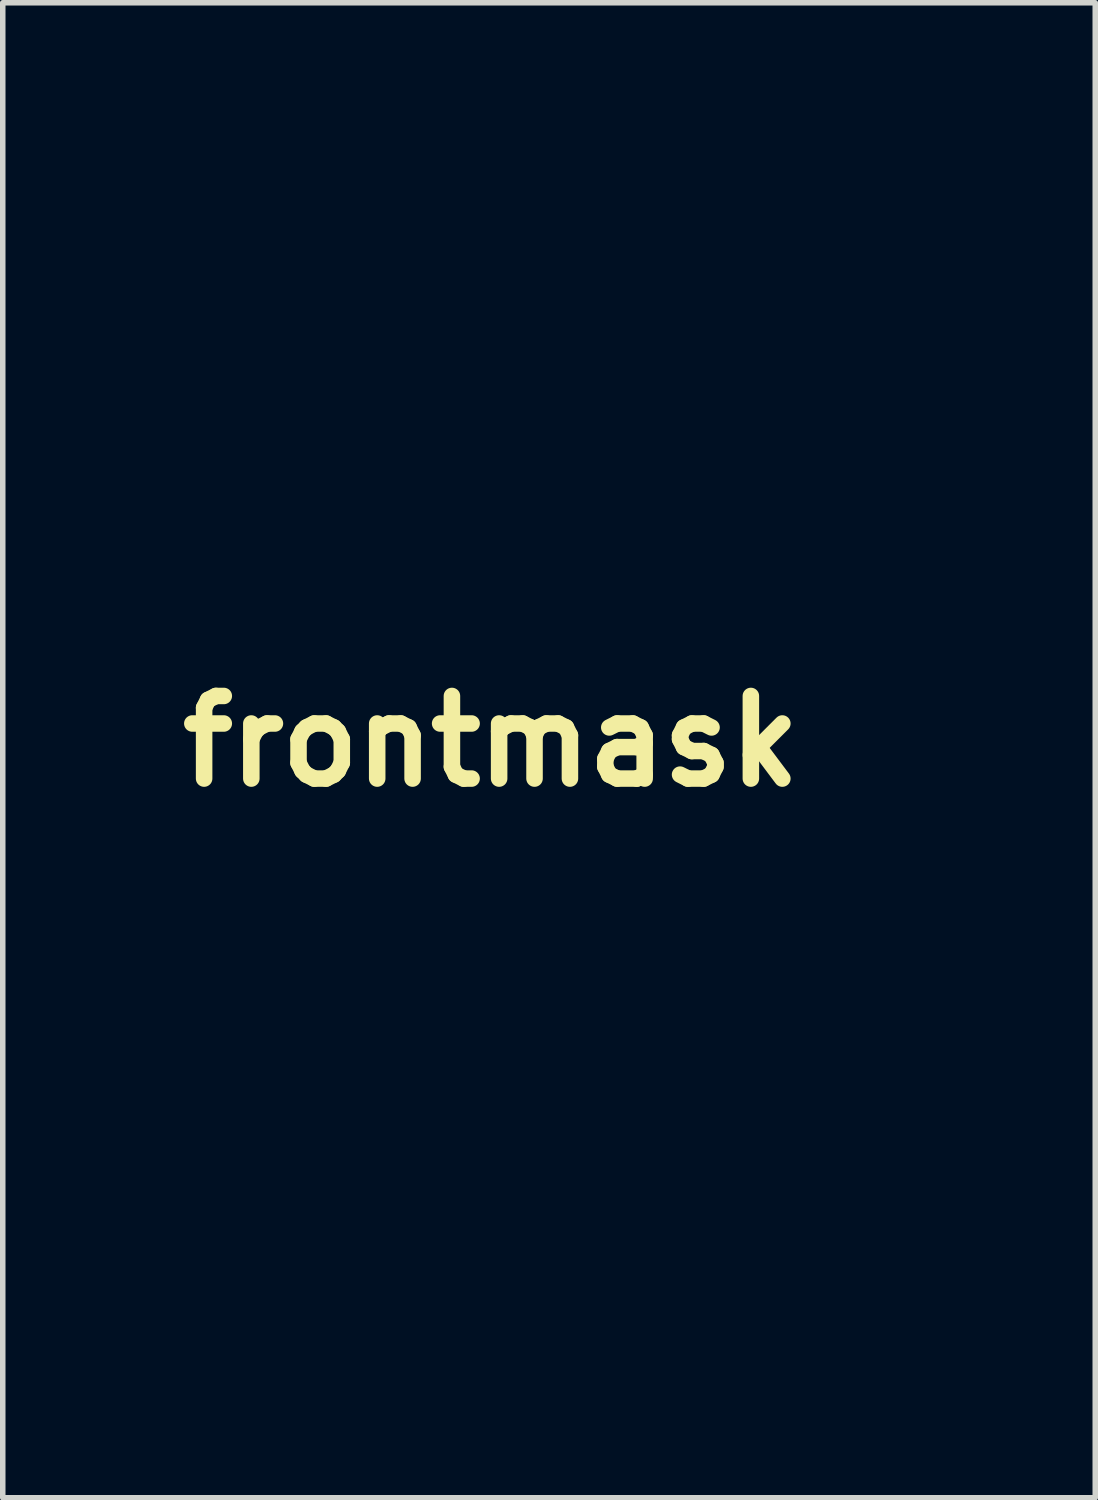
<source format=kicad_pcb>
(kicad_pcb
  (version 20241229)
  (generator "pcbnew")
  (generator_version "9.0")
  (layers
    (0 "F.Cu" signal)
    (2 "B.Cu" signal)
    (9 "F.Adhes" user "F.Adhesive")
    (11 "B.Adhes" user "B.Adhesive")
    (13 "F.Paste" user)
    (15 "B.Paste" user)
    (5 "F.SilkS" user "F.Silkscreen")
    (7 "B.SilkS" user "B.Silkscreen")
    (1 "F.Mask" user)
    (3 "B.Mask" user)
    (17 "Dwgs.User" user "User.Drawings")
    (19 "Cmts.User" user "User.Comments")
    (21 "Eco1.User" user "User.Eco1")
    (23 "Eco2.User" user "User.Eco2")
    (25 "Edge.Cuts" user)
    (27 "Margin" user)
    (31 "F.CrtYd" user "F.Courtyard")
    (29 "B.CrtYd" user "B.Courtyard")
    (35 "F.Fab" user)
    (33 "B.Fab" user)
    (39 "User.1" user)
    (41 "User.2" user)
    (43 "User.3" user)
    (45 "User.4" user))
  (footprint "frontmask"
    (layer "F.Cu")
    (at 5.871 10.41)
    (property "Reference" "frontmask" (at 0 0 0) (layer "F.SilkS") (effects (font (size 1.5 1.5) (thickness 0.3))))
    (attr board_only exclude_from_pos_files exclude_from_bom)
    (fp_poly (pts (xy 6.468 -8.085) (xy 6.479 -8.074) (xy 6.496 -8.045) (xy 6.495 -8.028) (xy 6.468 -8.012) (xy 6.432 -8.012) (xy 6.408 -8.028) (xy 6.41 -8.053) (xy 6.424 -8.074) (xy 6.448 -8.092)) (stroke (width 0) (type solid)) (fill yes) (layer "F.Mask"))
    (fp_poly (pts (xy 6.811 -6.834) (xy 6.821 -6.792) (xy 6.82 -6.744) (xy 6.809 -6.718) (xy 6.792 -6.717) (xy 6.774 -6.746) (xy 6.773 -6.748) (xy 6.76 -6.802) (xy 6.767 -6.837) (xy 6.79 -6.85)) (stroke (width 0) (type solid)) (fill yes) (layer "F.Mask"))
    (fp_poly (pts (xy 7.269 -8.108) (xy 7.291 -8.084) (xy 7.295 -8.064) (xy 7.277 -8.036) (xy 7.248 -8.032) (xy 7.219 -8.052) (xy 7.213 -8.061) (xy 7.203 -8.1) (xy 7.21 -8.114) (xy 7.237 -8.121)) (stroke (width 0) (type solid)) (fill yes) (layer "F.Mask"))
    (fp_poly (pts (xy 7.339 -7.803) (xy 7.369 -7.787) (xy 7.376 -7.761) (xy 7.36 -7.736) (xy 7.329 -7.725) (xy 7.292 -7.727) (xy 7.273 -7.738) (xy 7.272 -7.766) (xy 7.294 -7.791) (xy 7.327 -7.803)) (stroke (width 0) (type solid)) (fill yes) (layer "F.Mask"))
    (fp_poly (pts (xy 5.064 -6.526) (xy 5.094 -6.499) (xy 5.099 -6.49) (xy 5.105 -6.457) (xy 5.088 -6.445) (xy 5.052 -6.448) (xy 5.012 -6.463) (xy 4.987 -6.488) (xy 4.986 -6.515) (xy 4.991 -6.521) (xy 5.025 -6.535)) (stroke (width 0) (type solid)) (fill yes) (layer "F.Mask"))
    (fp_poly (pts (xy 5.273 -8.952) (xy 5.29 -8.931) (xy 5.282 -8.894) (xy 5.253 -8.852) (xy 5.218 -8.826) (xy 5.187 -8.828) (xy 5.17 -8.849) (xy 5.174 -8.88) (xy 5.198 -8.914) (xy 5.232 -8.942) (xy 5.265 -8.954)) (stroke (width 0) (type solid)) (fill yes) (layer "F.Mask"))
    (fp_poly (pts (xy 6.593 -5.858) (xy 6.608 -5.841) (xy 6.628 -5.808) (xy 6.621 -5.783) (xy 6.619 -5.781) (xy 6.595 -5.76) (xy 6.572 -5.765) (xy 6.543 -5.793) (xy 6.522 -5.819) (xy 6.524 -5.836) (xy 6.545 -5.853) (xy 6.572 -5.868)) (stroke (width 0) (type solid)) (fill yes) (layer "F.Mask"))
    (fp_poly (pts (xy 6.84 -6.557) (xy 6.87 -6.528) (xy 6.899 -6.489) (xy 6.922 -6.448) (xy 6.928 -6.426) (xy 6.923 -6.396) (xy 6.899 -6.386) (xy 6.867 -6.395) (xy 6.836 -6.423) (xy 6.834 -6.427) (xy 6.812 -6.473) (xy 6.802 -6.519) (xy 6.807 -6.554) (xy 6.818 -6.565)) (stroke (width 0) (type solid)) (fill yes) (layer "F.Mask"))
    (fp_poly (pts (xy 5.962 -4.575) (xy 5.984 -4.554) (xy 6.013 -4.515) (xy 6.023 -4.484) (xy 6.022 -4.479) (xy 6 -4.461) (xy 5.961 -4.454) (xy 5.923 -4.458) (xy 5.901 -4.471) (xy 5.901 -4.497) (xy 5.91 -4.513) (xy 5.923 -4.546) (xy 5.921 -4.563) (xy 5.917 -4.59) (xy 5.933 -4.593)) (stroke (width 0) (type solid)) (fill yes) (layer "F.Mask"))
    (fp_poly (pts (xy 6.635 -5.666) (xy 6.661 -5.641) (xy 6.68 -5.608) (xy 6.674 -5.569) (xy 6.673 -5.565) (xy 6.659 -5.533) (xy 6.651 -5.521) (xy 6.637 -5.532) (xy 6.609 -5.559) (xy 6.596 -5.573) (xy 6.565 -5.606) (xy 6.556 -5.625) (xy 6.566 -5.64) (xy 6.578 -5.649) (xy 6.611 -5.669)) (stroke (width 0) (type solid)) (fill yes) (layer "F.Mask"))
    (fp_poly (pts (xy 6.523 -7.687) (xy 6.543 -7.658) (xy 6.567 -7.609) (xy 6.586 -7.552) (xy 6.597 -7.496) (xy 6.599 -7.451) (xy 6.589 -7.427) (xy 6.589 -7.427) (xy 6.571 -7.433) (xy 6.546 -7.461) (xy 6.538 -7.474) (xy 6.515 -7.513) (xy 6.503 -7.54) (xy 6.502 -7.543) (xy 6.493 -7.564) (xy 6.471 -7.599) (xy 6.468 -7.604) (xy 6.445 -7.644) (xy 6.446 -7.674) (xy 6.451 -7.687) (xy 6.472 -7.715) (xy 6.495 -7.716)) (stroke (width 0) (type solid)) (fill yes) (layer "F.Mask"))
    (fp_poly (pts (xy 6.594 -7.22) (xy 6.604 -7.208) (xy 6.61 -7.181) (xy 6.613 -7.132) (xy 6.614 -7.061) (xy 6.62 -6.879) (xy 6.636 -6.708) (xy 6.662 -6.529) (xy 6.674 -6.463) (xy 6.687 -6.387) (xy 6.696 -6.321) (xy 6.7 -6.274) (xy 6.699 -6.256) (xy 6.679 -6.233) (xy 6.651 -6.239) (xy 6.623 -6.27) (xy 6.615 -6.287) (xy 6.591 -6.359) (xy 6.569 -6.458) (xy 6.551 -6.575) (xy 6.537 -6.703) (xy 6.528 -6.834) (xy 6.525 -6.959) (xy 6.528 -7.071) (xy 6.533 -7.129) (xy 6.542 -7.183) (xy 6.553 -7.212) (xy 6.571 -7.222) (xy 6.579 -7.222)) (stroke (width 0) (type solid)) (fill yes) (layer "F.Mask"))
    (fp_poly (pts (xy 6.164 -5.186) (xy 6.185 -5.147) (xy 6.205 -5.076) (xy 6.225 -4.973) (xy 6.24 -4.868) (xy 6.252 -4.785) (xy 6.264 -4.713) (xy 6.274 -4.66) (xy 6.282 -4.633) (xy 6.283 -4.631) (xy 6.298 -4.596) (xy 6.307 -4.545) (xy 6.31 -4.49) (xy 6.306 -4.445) (xy 6.299 -4.428) (xy 6.264 -4.404) (xy 6.229 -4.414) (xy 6.217 -4.425) (xy 6.208 -4.449) (xy 6.197 -4.5) (xy 6.183 -4.57) (xy 6.169 -4.652) (xy 6.156 -4.74) (xy 6.144 -4.827) (xy 6.135 -4.906) (xy 6.129 -4.969) (xy 6.129 -4.97) (xy 6.125 -5.062) (xy 6.124 -5.126) (xy 6.127 -5.166) (xy 6.134 -5.187) (xy 6.143 -5.194)) (stroke (width 0) (type solid)) (fill yes) (layer "F.Mask"))
    (fp_poly (pts (xy 3.864 -7.759) (xy 3.874 -7.729) (xy 3.863 -7.7) (xy 3.845 -7.66) (xy 3.85 -7.608) (xy 3.876 -7.554) (xy 3.89 -7.536) (xy 3.938 -7.497) (xy 3.994 -7.483) (xy 4.006 -7.482) (xy 4.054 -7.482) (xy 4.088 -7.488) (xy 4.093 -7.49) (xy 4.117 -7.491) (xy 4.123 -7.485) (xy 4.115 -7.469) (xy 4.088 -7.444) (xy 4.051 -7.417) (xy 4.014 -7.394) (xy 3.987 -7.385) (xy 3.984 -7.385) (xy 3.958 -7.39) (xy 3.938 -7.395) (xy 3.888 -7.419) (xy 3.834 -7.46) (xy 3.787 -7.507) (xy 3.767 -7.537) (xy 3.749 -7.589) (xy 3.742 -7.634) (xy 3.752 -7.68) (xy 3.777 -7.726) (xy 3.809 -7.761) (xy 3.837 -7.772)) (stroke (width 0) (type solid)) (fill yes) (layer "F.Mask"))
    (fp_poly (pts (xy 6.356 -7.144) (xy 6.368 -7.135) (xy 6.379 -7.113) (xy 6.391 -7.075) (xy 6.405 -7.014) (xy 6.423 -6.926) (xy 6.429 -6.896) (xy 6.458 -6.749) (xy 6.479 -6.628) (xy 6.495 -6.53) (xy 6.504 -6.447) (xy 6.509 -6.375) (xy 6.51 -6.333) (xy 6.509 -6.272) (xy 6.503 -6.237) (xy 6.491 -6.221) (xy 6.483 -6.218) (xy 6.454 -6.22) (xy 6.446 -6.227) (xy 6.44 -6.248) (xy 6.43 -6.296) (xy 6.419 -6.36) (xy 6.412 -6.401) (xy 6.4 -6.479) (xy 6.388 -6.55) (xy 6.379 -6.605) (xy 6.377 -6.621) (xy 6.37 -6.661) (xy 6.357 -6.725) (xy 6.342 -6.804) (xy 6.327 -6.883) (xy 6.308 -6.986) (xy 6.299 -7.059) (xy 6.301 -7.108) (xy 6.312 -7.135) (xy 6.335 -7.146) (xy 6.341 -7.146)) (stroke (width 0) (type solid)) (fill yes) (layer "F.Mask"))
    (fp_poly (pts (xy 0.692 -5.825) (xy 0.697 -5.821) (xy 0.721 -5.79) (xy 0.741 -5.744) (xy 0.759 -5.675) (xy 0.768 -5.632) (xy 0.782 -5.547) (xy 0.786 -5.491) (xy 0.78 -5.464) (xy 0.765 -5.468) (xy 0.742 -5.503) (xy 0.721 -5.544) (xy 0.693 -5.61) (xy 0.669 -5.679) (xy 0.659 -5.715) (xy 0.641 -5.767) (xy 0.62 -5.789) (xy 0.59 -5.783) (xy 0.579 -5.777) (xy 0.568 -5.761) (xy 0.564 -5.73) (xy 0.569 -5.676) (xy 0.573 -5.646) (xy 0.579 -5.586) (xy 0.581 -5.539) (xy 0.577 -5.516) (xy 0.577 -5.516) (xy 0.558 -5.512) (xy 0.537 -5.537) (xy 0.518 -5.582) (xy 0.503 -5.641) (xy 0.5 -5.665) (xy 0.495 -5.723) (xy 0.498 -5.761) (xy 0.511 -5.788) (xy 0.531 -5.813) (xy 0.584 -5.851) (xy 0.638 -5.855)) (stroke (width 0) (type solid)) (fill yes) (layer "F.Mask"))
    (fp_poly (pts (xy 0.479 -6.991) (xy 0.488 -6.959) (xy 0.497 -6.907) (xy 0.506 -6.83) (xy 0.516 -6.726) (xy 0.528 -6.592) (xy 0.53 -6.57) (xy 0.544 -6.533) (xy 0.564 -6.519) (xy 0.592 -6.506) (xy 0.59 -6.492) (xy 0.562 -6.481) (xy 0.512 -6.475) (xy 0.507 -6.475) (xy 0.444 -6.478) (xy 0.414 -6.492) (xy 0.412 -6.495) (xy 0.412 -6.531) (xy 0.439 -6.551) (xy 0.456 -6.553) (xy 0.474 -6.557) (xy 0.48 -6.575) (xy 0.474 -6.616) (xy 0.473 -6.625) (xy 0.464 -6.686) (xy 0.459 -6.759) (xy 0.458 -6.789) (xy 0.457 -6.84) (xy 0.452 -6.863) (xy 0.443 -6.861) (xy 0.434 -6.85) (xy 0.412 -6.831) (xy 0.401 -6.837) (xy 0.399 -6.864) (xy 0.408 -6.908) (xy 0.425 -6.954) (xy 0.445 -6.99) (xy 0.458 -7.003) (xy 0.469 -7.005)) (stroke (width 0) (type solid)) (fill yes) (layer "F.Mask"))
    (fp_poly (pts (xy -0.418 -5.944) (xy -0.397 -5.902) (xy -0.376 -5.83) (xy -0.36 -5.749) (xy -0.328 -5.581) (xy -0.253 -5.562) (xy -0.202 -5.545) (xy -0.182 -5.528) (xy -0.193 -5.513) (xy -0.231 -5.5) (xy -0.296 -5.491) (xy -0.359 -5.488) (xy -0.413 -5.49) (xy -0.453 -5.497) (xy -0.466 -5.504) (xy -0.466 -5.531) (xy -0.445 -5.557) (xy -0.412 -5.571) (xy -0.406 -5.571) (xy -0.392 -5.573) (xy -0.385 -5.585) (xy -0.386 -5.612) (xy -0.393 -5.662) (xy -0.401 -5.702) (xy -0.417 -5.785) (xy -0.429 -5.838) (xy -0.439 -5.861) (xy -0.447 -5.859) (xy -0.456 -5.833) (xy -0.46 -5.818) (xy -0.478 -5.76) (xy -0.499 -5.723) (xy -0.52 -5.713) (xy -0.524 -5.715) (xy -0.528 -5.734) (xy -0.522 -5.776) (xy -0.51 -5.828) (xy -0.494 -5.88) (xy -0.477 -5.923) (xy -0.464 -5.943) (xy -0.44 -5.957)) (stroke (width 0) (type solid)) (fill yes) (layer "F.Mask"))
    (fp_poly (pts (xy -0.108 -6.769) (xy -0.076 -6.731) (xy -0.067 -6.709) (xy -0.049 -6.662) (xy -0.035 -6.629) (xy -0.002 -6.547) (xy 0.012 -6.49) (xy 0.011 -6.46) (xy -0.01 -6.437) (xy -0.039 -6.441) (xy -0.069 -6.472) (xy -0.074 -6.481) (xy -0.091 -6.524) (xy -0.108 -6.584) (xy -0.118 -6.625) (xy -0.131 -6.677) (xy -0.144 -6.712) (xy -0.153 -6.723) (xy -0.171 -6.709) (xy -0.193 -6.676) (xy -0.195 -6.671) (xy -0.211 -6.628) (xy -0.21 -6.583) (xy -0.203 -6.553) (xy -0.193 -6.499) (xy -0.197 -6.466) (xy -0.213 -6.457) (xy -0.22 -6.46) (xy -0.232 -6.481) (xy -0.246 -6.525) (xy -0.26 -6.581) (xy -0.272 -6.64) (xy -0.279 -6.69) (xy -0.28 -6.721) (xy -0.278 -6.724) (xy -0.259 -6.731) (xy -0.247 -6.724) (xy -0.224 -6.719) (xy -0.193 -6.741) (xy -0.187 -6.747) (xy -0.146 -6.775)) (stroke (width 0) (type solid)) (fill yes) (layer "F.Mask"))
    (fp_poly (pts (xy 5.701 -5.679) (xy 5.732 -5.646) (xy 5.769 -5.584) (xy 5.789 -5.545) (xy 5.828 -5.454) (xy 5.846 -5.386) (xy 5.844 -5.341) (xy 5.821 -5.321) (xy 5.821 -5.321) (xy 5.799 -5.327) (xy 5.775 -5.357) (xy 5.753 -5.404) (xy 5.714 -5.493) (xy 5.677 -5.43) (xy 5.642 -5.385) (xy 5.606 -5.368) (xy 5.599 -5.368) (xy 5.545 -5.383) (xy 5.495 -5.423) (xy 5.455 -5.478) (xy 5.431 -5.54) (xy 5.431 -5.598) (xy 5.434 -5.61) (xy 5.457 -5.647) (xy 5.481 -5.651) (xy 5.505 -5.626) (xy 5.526 -5.571) (xy 5.527 -5.565) (xy 5.547 -5.52) (xy 5.58 -5.475) (xy 5.582 -5.474) (xy 5.613 -5.447) (xy 5.631 -5.445) (xy 5.64 -5.454) (xy 5.654 -5.5) (xy 5.652 -5.557) (xy 5.635 -5.605) (xy 5.623 -5.635) (xy 5.638 -5.662) (xy 5.644 -5.668) (xy 5.672 -5.686)) (stroke (width 0) (type solid)) (fill yes) (layer "F.Mask"))
    (fp_poly (pts (xy -0.483 -6.985) (xy -0.471 -6.938) (xy -0.463 -6.857) (xy -0.459 -6.756) (xy -0.456 -6.649) (xy -0.45 -6.572) (xy -0.439 -6.522) (xy -0.425 -6.494) (xy -0.405 -6.485) (xy -0.404 -6.485) (xy -0.379 -6.474) (xy -0.373 -6.443) (xy -0.375 -6.419) (xy -0.388 -6.406) (xy -0.419 -6.402) (xy -0.466 -6.401) (xy -0.528 -6.404) (xy -0.562 -6.415) (xy -0.569 -6.425) (xy -0.57 -6.462) (xy -0.543 -6.483) (xy -0.522 -6.485) (xy -0.499 -6.489) (xy -0.492 -6.508) (xy -0.497 -6.549) (xy -0.502 -6.596) (xy -0.507 -6.664) (xy -0.509 -6.74) (xy -0.51 -6.756) (xy -0.511 -6.816) (xy -0.515 -6.854) (xy -0.52 -6.866) (xy -0.522 -6.861) (xy -0.539 -6.828) (xy -0.558 -6.82) (xy -0.571 -6.84) (xy -0.572 -6.844) (xy -0.569 -6.875) (xy -0.554 -6.919) (xy -0.532 -6.962) (xy -0.511 -6.993) (xy -0.5 -7)) (stroke (width 0) (type solid)) (fill yes) (layer "F.Mask"))
    (fp_poly (pts (xy -2.674 -6.986) (xy -2.66 -6.944) (xy -2.644 -6.882) (xy -2.628 -6.808) (xy -2.614 -6.727) (xy -2.602 -6.648) (xy -2.598 -6.618) (xy -2.591 -6.557) (xy -2.582 -6.521) (xy -2.567 -6.501) (xy -2.542 -6.489) (xy -2.535 -6.486) (xy -2.501 -6.469) (xy -2.501 -6.454) (xy -2.533 -6.441) (xy -2.597 -6.431) (xy -2.611 -6.43) (xy -2.674 -6.427) (xy -2.711 -6.433) (xy -2.727 -6.445) (xy -2.735 -6.463) (xy -2.719 -6.478) (xy -2.693 -6.488) (xy -2.638 -6.507) (xy -2.649 -6.623) (xy -2.656 -6.679) (xy -2.667 -6.737) (xy -2.679 -6.792) (xy -2.69 -6.835) (xy -2.7 -6.862) (xy -2.706 -6.864) (xy -2.708 -6.856) (xy -2.721 -6.822) (xy -2.733 -6.808) (xy -2.758 -6.799) (xy -2.771 -6.814) (xy -2.769 -6.848) (xy -2.761 -6.872) (xy -2.73 -6.937) (xy -2.71 -6.976) (xy -2.697 -6.996) (xy -2.686 -7.002) (xy -2.685 -7.002)) (stroke (width 0) (type solid)) (fill yes) (layer "F.Mask"))
    (fp_poly (pts (xy -2.24 -6.972) (xy -2.209 -6.92) (xy -2.184 -6.848) (xy -2.167 -6.764) (xy -2.158 -6.677) (xy -2.159 -6.596) (xy -2.17 -6.529) (xy -2.191 -6.487) (xy -2.231 -6.457) (xy -2.271 -6.458) (xy -2.314 -6.491) (xy -2.334 -6.512) (xy -2.367 -6.562) (xy -2.39 -6.613) (xy -2.394 -6.627) (xy -2.404 -6.677) (xy -2.416 -6.739) (xy -2.421 -6.761) (xy -2.424 -6.789) (xy -2.369 -6.789) (xy -2.357 -6.704) (xy -2.318 -6.607) (xy -2.28 -6.54) (xy -2.255 -6.519) (xy -2.231 -6.529) (xy -2.212 -6.565) (xy -2.209 -6.579) (xy -2.204 -6.649) (xy -2.212 -6.736) (xy -2.229 -6.825) (xy -2.237 -6.854) (xy -2.262 -6.896) (xy -2.297 -6.911) (xy -2.331 -6.9) (xy -2.354 -6.865) (xy -2.369 -6.789) (xy -2.424 -6.789) (xy -2.428 -6.828) (xy -2.421 -6.883) (xy -2.403 -6.917) (xy -2.382 -6.926) (xy -2.355 -6.937) (xy -2.32 -6.964) (xy -2.316 -6.968) (xy -2.274 -7.01)) (stroke (width 0) (type solid)) (fill yes) (layer "F.Mask"))
    (fp_poly (pts (xy 0.233 -8.076) (xy 0.268 -8.032) (xy 0.299 -7.976) (xy 0.348 -7.857) (xy 0.369 -7.746) (xy 0.363 -7.646) (xy 0.33 -7.562) (xy 0.31 -7.535) (xy 0.273 -7.497) (xy 0.241 -7.488) (xy 0.207 -7.507) (xy 0.173 -7.542) (xy 0.138 -7.594) (xy 0.111 -7.663) (xy 0.091 -7.754) (xy 0.076 -7.868) (xy 0.071 -7.926) (xy 0.073 -7.953) (xy 0.125 -7.953) (xy 0.126 -7.876) (xy 0.128 -7.857) (xy 0.143 -7.747) (xy 0.163 -7.658) (xy 0.188 -7.592) (xy 0.215 -7.55) (xy 0.243 -7.536) (xy 0.27 -7.55) (xy 0.296 -7.595) (xy 0.302 -7.612) (xy 0.316 -7.686) (xy 0.315 -7.769) (xy 0.301 -7.851) (xy 0.275 -7.925) (xy 0.241 -7.981) (xy 0.206 -8.009) (xy 0.165 -8.018) (xy 0.138 -8) (xy 0.125 -7.953) (xy 0.073 -7.953) (xy 0.074 -7.964) (xy 0.088 -7.995) (xy 0.117 -8.031) (xy 0.12 -8.034) (xy 0.163 -8.075) (xy 0.199 -8.09)) (stroke (width 0) (type solid)) (fill yes) (layer "F.Mask"))
    (fp_poly (pts (xy 0.632 -7.834) (xy 0.672 -7.802) (xy 0.715 -7.733) (xy 0.74 -7.644) (xy 0.745 -7.579) (xy 0.75 -7.529) (xy 0.761 -7.494) (xy 0.765 -7.488) (xy 0.776 -7.463) (xy 0.768 -7.45) (xy 0.748 -7.446) (xy 0.723 -7.474) (xy 0.722 -7.475) (xy 0.704 -7.519) (xy 0.694 -7.576) (xy 0.693 -7.59) (xy 0.686 -7.661) (xy 0.669 -7.724) (xy 0.645 -7.768) (xy 0.62 -7.787) (xy 0.577 -7.78) (xy 0.545 -7.745) (xy 0.527 -7.687) (xy 0.525 -7.651) (xy 0.529 -7.595) (xy 0.539 -7.55) (xy 0.545 -7.537) (xy 0.556 -7.499) (xy 0.546 -7.466) (xy 0.519 -7.451) (xy 0.517 -7.451) (xy 0.489 -7.466) (xy 0.471 -7.51) (xy 0.464 -7.577) (xy 0.465 -7.622) (xy 0.466 -7.681) (xy 0.461 -7.731) (xy 0.457 -7.748) (xy 0.45 -7.785) (xy 0.461 -7.799) (xy 0.486 -7.787) (xy 0.509 -7.778) (xy 0.538 -7.795) (xy 0.548 -7.804) (xy 0.593 -7.835)) (stroke (width 0) (type solid)) (fill yes) (layer "F.Mask"))
    (fp_poly (pts (xy 6.185 -6.865) (xy 6.203 -6.849) (xy 6.206 -6.833) (xy 6.195 -6.805) (xy 6.159 -6.793) (xy 6.114 -6.773) (xy 6.083 -6.73) (xy 6.072 -6.675) (xy 6.076 -6.647) (xy 6.087 -6.616) (xy 6.099 -6.614) (xy 6.111 -6.628) (xy 6.149 -6.652) (xy 6.192 -6.645) (xy 6.226 -6.617) (xy 6.277 -6.545) (xy 6.298 -6.473) (xy 6.299 -6.454) (xy 6.293 -6.408) (xy 6.276 -6.393) (xy 6.249 -6.409) (xy 6.245 -6.414) (xy 6.221 -6.45) (xy 6.199 -6.497) (xy 6.198 -6.499) (xy 6.177 -6.545) (xy 6.163 -6.558) (xy 6.156 -6.539) (xy 6.155 -6.514) (xy 6.145 -6.468) (xy 6.11 -6.436) (xy 6.109 -6.436) (xy 6.079 -6.421) (xy 6.056 -6.423) (xy 6.027 -6.445) (xy 6.012 -6.459) (xy 5.982 -6.493) (xy 5.966 -6.526) (xy 5.961 -6.573) (xy 5.961 -6.605) (xy 5.97 -6.709) (xy 5.997 -6.789) (xy 6.041 -6.844) (xy 6.1 -6.87) (xy 6.141 -6.872)) (stroke (width 0) (type solid)) (fill yes) (layer "F.Mask"))
    (fp_poly (pts (xy 5.289 -5.789) (xy 5.324 -5.756) (xy 5.357 -5.703) (xy 5.367 -5.647) (xy 5.354 -5.581) (xy 5.316 -5.501) (xy 5.279 -5.441) (xy 5.231 -5.379) (xy 5.184 -5.343) (xy 5.152 -5.334) (xy 5.132 -5.345) (xy 5.1 -5.373) (xy 5.087 -5.386) (xy 5.062 -5.415) (xy 5.047 -5.443) (xy 5.041 -5.48) (xy 5.039 -5.537) (xy 5.039 -5.561) (xy 5.158 -5.561) (xy 5.159 -5.509) (xy 5.161 -5.492) (xy 5.167 -5.47) (xy 5.176 -5.467) (xy 5.192 -5.486) (xy 5.221 -5.53) (xy 5.226 -5.539) (xy 5.256 -5.589) (xy 5.277 -5.629) (xy 5.283 -5.647) (xy 5.27 -5.686) (xy 5.24 -5.713) (xy 5.204 -5.717) (xy 5.204 -5.717) (xy 5.181 -5.702) (xy 5.168 -5.669) (xy 5.161 -5.621) (xy 5.158 -5.561) (xy 5.039 -5.561) (xy 5.039 -5.567) (xy 5.041 -5.633) (xy 5.046 -5.676) (xy 5.059 -5.705) (xy 5.081 -5.732) (xy 5.103 -5.752) (xy 5.169 -5.797) (xy 5.231 -5.81)) (stroke (width 0) (type solid)) (fill yes) (layer "F.Mask"))
    (fp_poly (pts (xy -1.97 -5.895) (xy -1.923 -5.858) (xy -1.882 -5.807) (xy -1.857 -5.752) (xy -1.854 -5.739) (xy -1.842 -5.67) (xy -1.747 -5.673) (xy -1.682 -5.674) (xy -1.645 -5.674) (xy -1.631 -5.669) (xy -1.632 -5.66) (xy -1.64 -5.65) (xy -1.669 -5.636) (xy -1.73 -5.625) (xy -1.821 -5.617) (xy -1.825 -5.617) (xy -1.9 -5.611) (xy -1.966 -5.605) (xy -2.013 -5.598) (xy -2.026 -5.596) (xy -2.056 -5.595) (xy -2.079 -5.617) (xy -2.09 -5.636) (xy -2.111 -5.7) (xy -2.113 -5.749) (xy -2.066 -5.749) (xy -2.061 -5.69) (xy -2.044 -5.657) (xy -2.009 -5.646) (xy -1.951 -5.656) (xy -1.916 -5.666) (xy -1.902 -5.686) (xy -1.902 -5.724) (xy -1.913 -5.769) (xy -1.934 -5.811) (xy -1.95 -5.829) (xy -1.997 -5.858) (xy -2.033 -5.855) (xy -2.056 -5.822) (xy -2.066 -5.759) (xy -2.066 -5.749) (xy -2.113 -5.749) (xy -2.114 -5.767) (xy -2.101 -5.829) (xy -2.074 -5.878) (xy -2.036 -5.906) (xy -2.014 -5.91)) (stroke (width 0) (type solid)) (fill yes) (layer "F.Mask"))
    (fp_poly (pts (xy -1.936 -9.248) (xy -1.889 -9.211) (xy -1.848 -9.16) (xy -1.823 -9.104) (xy -1.82 -9.092) (xy -1.809 -9.023) (xy -1.713 -9.026) (xy -1.648 -9.027) (xy -1.611 -9.026) (xy -1.597 -9.022) (xy -1.598 -9.013) (xy -1.607 -9.003) (xy -1.635 -8.989) (xy -1.696 -8.978) (xy -1.787 -8.97) (xy -1.791 -8.969) (xy -1.866 -8.964) (xy -1.932 -8.957) (xy -1.979 -8.951) (xy -1.993 -8.948) (xy -2.022 -8.947) (xy -2.045 -8.97) (xy -2.056 -8.989) (xy -2.077 -9.053) (xy -2.079 -9.102) (xy -2.032 -9.102) (xy -2.027 -9.043) (xy -2.01 -9.01) (xy -1.975 -8.999) (xy -1.917 -9.008) (xy -1.882 -9.019) (xy -1.868 -9.038) (xy -1.868 -9.077) (xy -1.879 -9.122) (xy -1.9 -9.163) (xy -1.916 -9.182) (xy -1.963 -9.211) (xy -1.999 -9.208) (xy -2.023 -9.174) (xy -2.032 -9.111) (xy -2.032 -9.102) (xy -2.079 -9.102) (xy -2.08 -9.119) (xy -2.067 -9.181) (xy -2.04 -9.23) (xy -2.002 -9.259) (xy -1.981 -9.263)) (stroke (width 0) (type solid)) (fill yes) (layer "F.Mask"))
    (fp_poly (pts (xy 6.543 -5.183) (xy 6.553 -5.16) (xy 6.542 -5.133) (xy 6.514 -5.1) (xy 6.511 -5.097) (xy 6.482 -5.062) (xy 6.469 -5.03) (xy 6.469 -5.028) (xy 6.461 -4.993) (xy 6.443 -4.951) (xy 6.418 -4.902) (xy 6.483 -4.897) (xy 6.545 -4.884) (xy 6.591 -4.852) (xy 6.623 -4.799) (xy 6.644 -4.718) (xy 6.653 -4.647) (xy 6.66 -4.557) (xy 6.659 -4.498) (xy 6.651 -4.475) (xy 6.626 -4.455) (xy 6.601 -4.465) (xy 6.58 -4.491) (xy 6.562 -4.533) (xy 6.553 -4.587) (xy 6.553 -4.597) (xy 6.55 -4.66) (xy 6.543 -4.722) (xy 6.543 -4.726) (xy 6.535 -4.762) (xy 6.522 -4.781) (xy 6.493 -4.791) (xy 6.44 -4.797) (xy 6.438 -4.797) (xy 6.361 -4.813) (xy 6.312 -4.839) (xy 6.311 -4.841) (xy 6.289 -4.867) (xy 6.287 -4.894) (xy 6.3 -4.931) (xy 6.327 -4.987) (xy 6.364 -5.05) (xy 6.404 -5.109) (xy 6.442 -5.157) (xy 6.471 -5.183) (xy 6.472 -5.183) (xy 6.512 -5.194)) (stroke (width 0) (type solid)) (fill yes) (layer "F.Mask"))
    (fp_poly (pts (xy 6.998 -8.129) (xy 7.012 -8.113) (xy 7.035 -8.065) (xy 7.045 -8.004) (xy 7.041 -7.943) (xy 7.022 -7.896) (xy 7.013 -7.885) (xy 6.987 -7.867) (xy 6.97 -7.874) (xy 6.961 -7.909) (xy 6.959 -7.966) (xy 6.958 -8.014) (xy 6.953 -8.033) (xy 6.943 -8.025) (xy 6.94 -8.021) (xy 6.93 -7.986) (xy 6.921 -7.928) (xy 6.914 -7.858) (xy 6.91 -7.786) (xy 6.91 -7.723) (xy 6.915 -7.68) (xy 6.927 -7.636) (xy 7.022 -7.688) (xy 7.091 -7.72) (xy 7.138 -7.73) (xy 7.162 -7.72) (xy 7.159 -7.692) (xy 7.129 -7.648) (xy 7.099 -7.617) (xy 7.023 -7.554) (xy 6.957 -7.522) (xy 6.901 -7.521) (xy 6.853 -7.551) (xy 6.841 -7.565) (xy 6.825 -7.588) (xy 6.814 -7.612) (xy 6.809 -7.646) (xy 6.808 -7.697) (xy 6.809 -7.771) (xy 6.81 -7.807) (xy 6.818 -7.922) (xy 6.832 -8.009) (xy 6.855 -8.07) (xy 6.887 -8.111) (xy 6.931 -8.135) (xy 6.933 -8.136) (xy 6.971 -8.144)) (stroke (width 0) (type solid)) (fill yes) (layer "F.Mask"))
    (fp_poly (pts (xy -0.456 -9.569) (xy -0.414 -9.539) (xy -0.356 -9.483) (xy -0.351 -9.478) (xy -0.238 -9.359) (xy -0.148 -9.26) (xy -0.082 -9.182) (xy -0.04 -9.126) (xy -0.023 -9.092) (xy -0.023 -9.085) (xy -0.04 -9.063) (xy -0.067 -9.066) (xy -0.108 -9.092) (xy -0.153 -9.131) (xy -0.205 -9.183) (xy -0.254 -9.238) (xy -0.278 -9.267) (xy -0.308 -9.305) (xy -0.327 -9.32) (xy -0.344 -9.314) (xy -0.362 -9.299) (xy -0.404 -9.279) (xy -0.447 -9.286) (xy -0.487 -9.315) (xy -0.519 -9.36) (xy -0.539 -9.414) (xy -0.542 -9.452) (xy -0.499 -9.452) (xy -0.488 -9.416) (xy -0.46 -9.378) (xy -0.444 -9.363) (xy -0.401 -9.338) (xy -0.371 -9.341) (xy -0.362 -9.357) (xy -0.37 -9.377) (xy -0.395 -9.413) (xy -0.426 -9.449) (xy -0.46 -9.485) (xy -0.481 -9.505) (xy -0.484 -9.505) (xy -0.484 -9.481) (xy -0.489 -9.475) (xy -0.499 -9.452) (xy -0.542 -9.452) (xy -0.543 -9.472) (xy -0.532 -9.514) (xy -0.51 -9.556) (xy -0.486 -9.575)) (stroke (width 0) (type solid)) (fill yes) (layer "F.Mask"))
    (fp_poly (pts (xy -0.035 -5.953) (xy 0.044 -5.857) (xy 0.09 -5.752) (xy 0.104 -5.64) (xy 0.103 -5.627) (xy 0.092 -5.591) (xy 0.065 -5.548) (xy 0.032 -5.511) (xy 0.001 -5.488) (xy -0.008 -5.486) (xy -0.031 -5.497) (xy -0.07 -5.525) (xy -0.115 -5.562) (xy -0.17 -5.619) (xy -0.204 -5.672) (xy -0.218 -5.714) (xy -0.234 -5.789) (xy -0.234 -5.808) (xy -0.164 -5.808) (xy -0.154 -5.749) (xy -0.153 -5.746) (xy -0.134 -5.682) (xy -0.102 -5.635) (xy -0.062 -5.597) (xy -0.021 -5.564) (xy 0.004 -5.551) (xy 0.02 -5.555) (xy 0.03 -5.566) (xy 0.049 -5.607) (xy 0.053 -5.629) (xy 0.048 -5.722) (xy 0.025 -5.799) (xy 0.000013 -5.846) (xy -0.033 -5.894) (xy -0.067 -5.934) (xy -0.095 -5.958) (xy -0.104 -5.961) (xy -0.12 -5.946) (xy -0.141 -5.911) (xy -0.147 -5.897) (xy -0.162 -5.852) (xy -0.164 -5.808) (xy -0.234 -5.808) (xy -0.234 -5.844) (xy -0.217 -5.89) (xy -0.179 -5.939) (xy -0.17 -5.948) (xy -0.104 -6.02)) (stroke (width 0) (type solid)) (fill yes) (layer "F.Mask"))
    (fp_poly (pts (xy 0.214 -6.974) (xy 0.233 -6.951) (xy 0.248 -6.923) (xy 0.259 -6.883) (xy 0.269 -6.824) (xy 0.28 -6.738) (xy 0.28 -6.732) (xy 0.29 -6.651) (xy 0.3 -6.58) (xy 0.308 -6.528) (xy 0.313 -6.502) (xy 0.314 -6.471) (xy 0.298 -6.46) (xy 0.277 -6.475) (xy 0.273 -6.481) (xy 0.262 -6.515) (xy 0.251 -6.567) (xy 0.246 -6.596) (xy 0.236 -6.679) (xy 0.227 -6.734) (xy 0.219 -6.766) (xy 0.209 -6.781) (xy 0.194 -6.784) (xy 0.173 -6.78) (xy 0.17 -6.779) (xy 0.124 -6.783) (xy 0.093 -6.81) (xy 0.079 -6.852) (xy 0.079 -6.855) (xy 0.126 -6.855) (xy 0.135 -6.833) (xy 0.157 -6.838) (xy 0.162 -6.842) (xy 0.19 -6.853) (xy 0.202 -6.85) (xy 0.218 -6.85) (xy 0.216 -6.877) (xy 0.203 -6.918) (xy 0.182 -6.95) (xy 0.159 -6.951) (xy 0.139 -6.92) (xy 0.133 -6.901) (xy 0.126 -6.855) (xy 0.079 -6.855) (xy 0.083 -6.903) (xy 0.108 -6.954) (xy 0.129 -6.979) (xy 0.17 -7.017)) (stroke (width 0) (type solid)) (fill yes) (layer "F.Mask"))
    (fp_poly (pts (xy 0.341 -5.981) (xy 0.357 -5.967) (xy 0.407 -5.898) (xy 0.434 -5.807) (xy 0.44 -5.723) (xy 0.436 -5.668) (xy 0.417 -5.627) (xy 0.384 -5.591) (xy 0.329 -5.549) (xy 0.281 -5.54) (xy 0.238 -5.562) (xy 0.228 -5.572) (xy 0.187 -5.638) (xy 0.161 -5.728) (xy 0.153 -5.826) (xy 0.153 -5.835) (xy 0.203 -5.835) (xy 0.205 -5.782) (xy 0.21 -5.732) (xy 0.216 -5.694) (xy 0.219 -5.686) (xy 0.235 -5.643) (xy 0.244 -5.618) (xy 0.266 -5.594) (xy 0.304 -5.59) (xy 0.346 -5.606) (xy 0.358 -5.616) (xy 0.38 -5.655) (xy 0.389 -5.715) (xy 0.386 -5.785) (xy 0.373 -5.854) (xy 0.35 -5.912) (xy 0.32 -5.949) (xy 0.318 -5.95) (xy 0.288 -5.957) (xy 0.258 -5.939) (xy 0.23 -5.921) (xy 0.215 -5.921) (xy 0.208 -5.914) (xy 0.204 -5.882) (xy 0.203 -5.835) (xy 0.153 -5.835) (xy 0.155 -5.887) (xy 0.166 -5.926) (xy 0.189 -5.954) (xy 0.191 -5.956) (xy 0.246 -5.995) (xy 0.294 -6.004)) (stroke (width 0) (type solid)) (fill yes) (layer "F.Mask"))
    (fp_poly (pts (xy 5.851 -8.001) (xy 5.885 -7.972) (xy 5.911 -7.927) (xy 5.918 -7.902) (xy 5.939 -7.819) (xy 5.967 -7.732) (xy 5.999 -7.651) (xy 6.03 -7.589) (xy 6.037 -7.579) (xy 6.062 -7.541) (xy 6.068 -7.52) (xy 6.056 -7.508) (xy 6.046 -7.502) (xy 6.019 -7.489) (xy 6 -7.489) (xy 5.979 -7.507) (xy 5.947 -7.545) (xy 5.913 -7.58) (xy 5.89 -7.591) (xy 5.885 -7.588) (xy 5.857 -7.571) (xy 5.816 -7.574) (xy 5.774 -7.596) (xy 5.76 -7.608) (xy 5.734 -7.657) (xy 5.721 -7.723) (xy 5.722 -7.763) (xy 5.808 -7.763) (xy 5.81 -7.702) (xy 5.818 -7.67) (xy 5.835 -7.661) (xy 5.853 -7.666) (xy 5.869 -7.686) (xy 5.866 -7.703) (xy 5.858 -7.735) (xy 5.849 -7.786) (xy 5.846 -7.812) (xy 5.838 -7.859) (xy 5.828 -7.874) (xy 5.819 -7.861) (xy 5.811 -7.823) (xy 5.808 -7.763) (xy 5.722 -7.763) (xy 5.723 -7.799) (xy 5.736 -7.874) (xy 5.759 -7.939) (xy 5.792 -7.987) (xy 5.817 -8.004)) (stroke (width 0) (type solid)) (fill yes) (layer "F.Mask"))
    (fp_poly (pts (xy -0.556 -8.052) (xy -0.538 -8.005) (xy -0.52 -7.931) (xy -0.503 -7.832) (xy -0.492 -7.733) (xy -0.481 -7.634) (xy -0.472 -7.564) (xy -0.461 -7.519) (xy -0.446 -7.495) (xy -0.426 -7.487) (xy -0.396 -7.49) (xy -0.36 -7.5) (xy -0.321 -7.507) (xy -0.298 -7.503) (xy -0.297 -7.502) (xy -0.299 -7.48) (xy -0.334 -7.46) (xy -0.398 -7.443) (xy -0.442 -7.436) (xy -0.503 -7.426) (xy -0.553 -7.416) (xy -0.578 -7.409) (xy -0.607 -7.408) (xy -0.618 -7.416) (xy -0.611 -7.434) (xy -0.578 -7.455) (xy -0.567 -7.46) (xy -0.527 -7.481) (xy -0.512 -7.501) (xy -0.515 -7.527) (xy -0.521 -7.561) (xy -0.529 -7.619) (xy -0.538 -7.691) (xy -0.543 -7.738) (xy -0.552 -7.814) (xy -0.561 -7.882) (xy -0.571 -7.93) (xy -0.575 -7.946) (xy -0.591 -7.984) (xy -0.592 -7.947) (xy -0.6 -7.912) (xy -0.616 -7.898) (xy -0.634 -7.908) (xy -0.637 -7.915) (xy -0.638 -7.948) (xy -0.626 -7.992) (xy -0.608 -8.034) (xy -0.586 -8.063) (xy -0.574 -8.069)) (stroke (width 0) (type solid)) (fill yes) (layer "F.Mask"))
    (fp_poly (pts (xy -2.945 -5.503) (xy -2.937 -5.462) (xy -2.936 -5.452) (xy -2.926 -5.406) (xy -2.906 -5.351) (xy -2.897 -5.332) (xy -2.875 -5.287) (xy -2.87 -5.26) (xy -2.88 -5.241) (xy -2.884 -5.236) (xy -2.9 -5.226) (xy -2.922 -5.224) (xy -2.957 -5.23) (xy -3.013 -5.247) (xy -3.068 -5.264) (xy -3.172 -5.296) (xy -3.251 -5.313) (xy -3.305 -5.314) (xy -3.34 -5.301) (xy -3.352 -5.287) (xy -3.357 -5.266) (xy -3.344 -5.241) (xy -3.309 -5.206) (xy -3.299 -5.197) (xy -3.262 -5.161) (xy -3.245 -5.135) (xy -3.246 -5.125) (xy -3.267 -5.13) (xy -3.304 -5.153) (xy -3.341 -5.182) (xy -3.39 -5.233) (xy -3.409 -5.275) (xy -3.397 -5.313) (xy -3.364 -5.343) (xy -3.324 -5.361) (xy -3.273 -5.366) (xy -3.206 -5.356) (xy -3.116 -5.331) (xy -3.073 -5.317) (xy -3.007 -5.295) (xy -2.954 -5.278) (xy -2.922 -5.268) (xy -2.916 -5.266) (xy -2.918 -5.278) (xy -2.933 -5.304) (xy -2.968 -5.372) (xy -2.985 -5.435) (xy -2.981 -5.484) (xy -2.979 -5.49) (xy -2.959 -5.512)) (stroke (width 0) (type solid)) (fill yes) (layer "F.Mask"))
    (fp_poly (pts (xy -2.911 -8.856) (xy -2.903 -8.815) (xy -2.902 -8.805) (xy -2.893 -8.759) (xy -2.872 -8.704) (xy -2.863 -8.685) (xy -2.841 -8.64) (xy -2.836 -8.613) (xy -2.846 -8.594) (xy -2.851 -8.589) (xy -2.866 -8.579) (xy -2.888 -8.576) (xy -2.923 -8.583) (xy -2.979 -8.599) (xy -3.034 -8.617) (xy -3.139 -8.649) (xy -3.217 -8.666) (xy -3.272 -8.667) (xy -3.306 -8.654) (xy -3.318 -8.64) (xy -3.323 -8.619) (xy -3.311 -8.594) (xy -3.275 -8.559) (xy -3.265 -8.55) (xy -3.229 -8.514) (xy -3.211 -8.487) (xy -3.213 -8.478) (xy -3.234 -8.483) (xy -3.27 -8.505) (xy -3.307 -8.535) (xy -3.356 -8.586) (xy -3.375 -8.628) (xy -3.363 -8.665) (xy -3.33 -8.696) (xy -3.29 -8.714) (xy -3.24 -8.719) (xy -3.172 -8.709) (xy -3.082 -8.684) (xy -3.04 -8.67) (xy -2.974 -8.648) (xy -2.921 -8.631) (xy -2.888 -8.621) (xy -2.882 -8.619) (xy -2.885 -8.631) (xy -2.899 -8.657) (xy -2.934 -8.725) (xy -2.951 -8.788) (xy -2.947 -8.836) (xy -2.945 -8.842) (xy -2.925 -8.865)) (stroke (width 0) (type solid)) (fill yes) (layer "F.Mask"))
    (fp_poly (pts (xy -2.877 -5.911) (xy -2.879 -5.894) (xy -2.907 -5.877) (xy -2.916 -5.875) (xy -2.947 -5.857) (xy -2.983 -5.821) (xy -3.014 -5.779) (xy -3.03 -5.744) (xy -3.031 -5.738) (xy -3.017 -5.727) (xy -2.988 -5.723) (xy -2.943 -5.717) (xy -2.906 -5.702) (xy -2.887 -5.683) (xy -2.887 -5.672) (xy -2.908 -5.665) (xy -2.952 -5.663) (xy -2.994 -5.666) (xy -3.055 -5.667) (xy -3.135 -5.664) (xy -3.222 -5.656) (xy -3.256 -5.651) (xy -3.327 -5.643) (xy -3.385 -5.638) (xy -3.421 -5.637) (xy -3.43 -5.64) (xy -3.426 -5.66) (xy -3.392 -5.678) (xy -3.328 -5.692) (xy -3.285 -5.697) (xy -3.205 -5.706) (xy -3.155 -5.715) (xy -3.134 -5.727) (xy -3.136 -5.746) (xy -3.16 -5.775) (xy -3.19 -5.807) (xy -3.236 -5.858) (xy -3.255 -5.888) (xy -3.251 -5.897) (xy -3.223 -5.883) (xy -3.176 -5.844) (xy -3.161 -5.83) (xy -3.112 -5.786) (xy -3.082 -5.767) (xy -3.069 -5.772) (xy -3.046 -5.812) (xy -3.009 -5.855) (xy -2.967 -5.893) (xy -2.928 -5.918) (xy -2.906 -5.923)) (stroke (width 0) (type solid)) (fill yes) (layer "F.Mask"))
    (fp_poly (pts (xy -2.844 -9.264) (xy -2.845 -9.246) (xy -2.874 -9.23) (xy -2.882 -9.228) (xy -2.913 -9.209) (xy -2.949 -9.173) (xy -2.98 -9.132) (xy -2.997 -9.096) (xy -2.997 -9.091) (xy -2.983 -9.08) (xy -2.954 -9.076) (xy -2.909 -9.07) (xy -2.872 -9.055) (xy -2.853 -9.036) (xy -2.854 -9.025) (xy -2.874 -9.018) (xy -2.918 -9.016) (xy -2.96 -9.019) (xy -3.021 -9.02) (xy -3.101 -9.017) (xy -3.188 -9.009) (xy -3.222 -9.004) (xy -3.293 -8.995) (xy -3.351 -8.991) (xy -3.387 -8.99) (xy -3.396 -8.993) (xy -3.393 -9.013) (xy -3.358 -9.031) (xy -3.294 -9.045) (xy -3.251 -9.05) (xy -3.171 -9.059) (xy -3.122 -9.068) (xy -3.1 -9.08) (xy -3.102 -9.099) (xy -3.126 -9.128) (xy -3.157 -9.159) (xy -3.202 -9.21) (xy -3.222 -9.241) (xy -3.217 -9.25) (xy -3.19 -9.236) (xy -3.142 -9.197) (xy -3.127 -9.183) (xy -3.079 -9.139) (xy -3.049 -9.12) (xy -3.035 -9.125) (xy -3.012 -9.165) (xy -2.975 -9.207) (xy -2.933 -9.246) (xy -2.894 -9.271) (xy -2.872 -9.276)) (stroke (width 0) (type solid)) (fill yes) (layer "F.Mask"))
    (fp_poly (pts (xy 7.187 -6.898) (xy 7.209 -6.879) (xy 7.237 -6.845) (xy 7.259 -6.797) (xy 7.277 -6.732) (xy 7.291 -6.644) (xy 7.302 -6.53) (xy 7.309 -6.441) (xy 7.313 -6.348) (xy 7.31 -6.288) (xy 7.3 -6.258) (xy 7.283 -6.259) (xy 7.26 -6.287) (xy 7.246 -6.323) (xy 7.233 -6.38) (xy 7.224 -6.447) (xy 7.223 -6.452) (xy 7.21 -6.574) (xy 7.194 -6.678) (xy 7.177 -6.761) (xy 7.159 -6.815) (xy 7.156 -6.821) (xy 7.135 -6.846) (xy 7.116 -6.842) (xy 7.102 -6.811) (xy 7.095 -6.758) (xy 7.096 -6.71) (xy 7.101 -6.599) (xy 7.103 -6.518) (xy 7.101 -6.462) (xy 7.095 -6.427) (xy 7.085 -6.409) (xy 7.076 -6.404) (xy 7.047 -6.415) (xy 7.021 -6.453) (xy 7.004 -6.5) (xy 7.008 -6.527) (xy 7.032 -6.531) (xy 7.039 -6.529) (xy 7.049 -6.526) (xy 7.056 -6.53) (xy 7.058 -6.545) (xy 7.056 -6.577) (xy 7.051 -6.63) (xy 7.041 -6.71) (xy 7.034 -6.761) (xy 7.035 -6.822) (xy 7.061 -6.875) (xy 7.1 -6.915) (xy 7.14 -6.922)) (stroke (width 0) (type solid)) (fill yes) (layer "F.Mask"))
    (fp_poly (pts (xy 7.343 10.162) (xy 7.358 10.178) (xy 7.372 10.196) (xy 7.379 10.216) (xy 7.378 10.245) (xy 7.368 10.287) (xy 7.349 10.348) (xy 7.319 10.433) (xy 7.306 10.469) (xy 7.285 10.53) (xy 7.272 10.579) (xy 7.268 10.608) (xy 7.269 10.611) (xy 7.29 10.613) (xy 7.334 10.607) (xy 7.383 10.597) (xy 7.448 10.584) (xy 7.487 10.583) (xy 7.496 10.595) (xy 7.48 10.614) (xy 7.447 10.631) (xy 7.397 10.646) (xy 7.339 10.659) (xy 7.285 10.667) (xy 7.245 10.667) (xy 7.231 10.662) (xy 7.218 10.64) (xy 7.216 10.608) (xy 7.225 10.56) (xy 7.246 10.49) (xy 7.273 10.416) (xy 7.298 10.345) (xy 7.318 10.283) (xy 7.33 10.24) (xy 7.332 10.225) (xy 7.323 10.2) (xy 7.299 10.195) (xy 7.268 10.209) (xy 7.238 10.236) (xy 7.215 10.271) (xy 7.207 10.3) (xy 7.199 10.344) (xy 7.185 10.356) (xy 7.165 10.34) (xy 7.154 10.303) (xy 7.171 10.256) (xy 7.212 10.205) (xy 7.23 10.188) (xy 7.277 10.154) (xy 7.312 10.146)) (stroke (width 0) (type solid)) (fill yes) (layer "F.Mask"))
    (fp_poly (pts (xy 7.394 -3.35) (xy 7.409 -3.335) (xy 7.423 -3.317) (xy 7.43 -3.297) (xy 7.429 -3.268) (xy 7.419 -3.226) (xy 7.4 -3.165) (xy 7.37 -3.08) (xy 7.357 -3.044) (xy 7.336 -2.982) (xy 7.323 -2.933) (xy 7.319 -2.905) (xy 7.32 -2.902) (xy 7.341 -2.9) (xy 7.385 -2.905) (xy 7.434 -2.916) (xy 7.499 -2.929) (xy 7.537 -2.929) (xy 7.547 -2.918) (xy 7.531 -2.899) (xy 7.498 -2.882) (xy 7.448 -2.866) (xy 7.39 -2.854) (xy 7.336 -2.846) (xy 7.296 -2.846) (xy 7.282 -2.851) (xy 7.269 -2.872) (xy 7.266 -2.905) (xy 7.276 -2.953) (xy 7.297 -3.023) (xy 7.324 -3.097) (xy 7.349 -3.168) (xy 7.369 -3.229) (xy 7.381 -3.273) (xy 7.383 -3.287) (xy 7.373 -3.313) (xy 7.35 -3.317) (xy 7.319 -3.304) (xy 7.289 -3.277) (xy 7.266 -3.241) (xy 7.258 -3.213) (xy 7.249 -3.169) (xy 7.236 -3.157) (xy 7.216 -3.173) (xy 7.205 -3.21) (xy 7.222 -3.257) (xy 7.263 -3.308) (xy 7.281 -3.325) (xy 7.328 -3.359) (xy 7.363 -3.367)) (stroke (width 0) (type solid)) (fill yes) (layer "F.Mask"))
    (fp_poly (pts (xy 7.612 10.146) (xy 7.617 10.154) (xy 7.627 10.187) (xy 7.638 10.241) (xy 7.646 10.306) (xy 7.646 10.309) (xy 7.653 10.368) (xy 7.661 10.412) (xy 7.668 10.431) (xy 7.669 10.431) (xy 7.686 10.42) (xy 7.719 10.392) (xy 7.759 10.355) (xy 7.801 10.319) (xy 7.833 10.297) (xy 7.849 10.295) (xy 7.848 10.327) (xy 7.82 10.372) (xy 7.774 10.421) (xy 7.723 10.47) (xy 7.797 10.528) (xy 7.859 10.582) (xy 7.9 10.63) (xy 7.917 10.668) (xy 7.911 10.688) (xy 7.892 10.688) (xy 7.866 10.656) (xy 7.865 10.655) (xy 7.826 10.605) (xy 7.781 10.571) (xy 7.735 10.554) (xy 7.696 10.554) (xy 7.669 10.572) (xy 7.661 10.609) (xy 7.665 10.631) (xy 7.663 10.665) (xy 7.644 10.679) (xy 7.617 10.668) (xy 7.61 10.66) (xy 7.598 10.628) (xy 7.593 10.569) (xy 7.595 10.481) (xy 7.595 10.481) (xy 7.596 10.399) (xy 7.594 10.318) (xy 7.588 10.252) (xy 7.587 10.241) (xy 7.581 10.183) (xy 7.584 10.145) (xy 7.595 10.131)) (stroke (width 0) (type solid)) (fill yes) (layer "F.Mask"))
    (fp_poly (pts (xy 7.663 -3.367) (xy 7.668 -3.358) (xy 7.678 -3.326) (xy 7.688 -3.271) (xy 7.697 -3.206) (xy 7.697 -3.204) (xy 7.704 -3.145) (xy 7.712 -3.101) (xy 7.719 -3.082) (xy 7.72 -3.082) (xy 7.737 -3.093) (xy 7.77 -3.121) (xy 7.81 -3.158) (xy 7.852 -3.194) (xy 7.884 -3.216) (xy 7.899 -3.217) (xy 7.899 -3.186) (xy 7.871 -3.14) (xy 7.825 -3.092) (xy 7.774 -3.043) (xy 7.848 -2.985) (xy 7.91 -2.931) (xy 7.951 -2.883) (xy 7.968 -2.845) (xy 7.962 -2.825) (xy 7.942 -2.825) (xy 7.916 -2.857) (xy 7.916 -2.858) (xy 7.877 -2.908) (xy 7.832 -2.942) (xy 7.786 -2.959) (xy 7.747 -2.959) (xy 7.72 -2.941) (xy 7.712 -2.904) (xy 7.716 -2.882) (xy 7.714 -2.848) (xy 7.694 -2.833) (xy 7.668 -2.845) (xy 7.661 -2.853) (xy 7.649 -2.885) (xy 7.644 -2.943) (xy 7.646 -3.031) (xy 7.646 -3.032) (xy 7.647 -3.113) (xy 7.645 -3.195) (xy 7.639 -3.261) (xy 7.638 -3.271) (xy 7.632 -3.329) (xy 7.635 -3.367) (xy 7.646 -3.381)) (stroke (width 0) (type solid)) (fill yes) (layer "F.Mask"))
    (fp_poly (pts (xy -2.894 -5.072) (xy -2.887 -5.033) (xy -2.885 -4.995) (xy -2.88 -4.933) (xy -2.87 -4.876) (xy -2.863 -4.854) (xy -2.851 -4.805) (xy -2.861 -4.781) (xy -2.896 -4.779) (xy -2.954 -4.8) (xy -2.976 -4.811) (xy -3.04 -4.839) (xy -3.112 -4.865) (xy -3.182 -4.886) (xy -3.243 -4.9) (xy -3.287 -4.905) (xy -3.302 -4.902) (xy -3.32 -4.875) (xy -3.314 -4.837) (xy -3.287 -4.801) (xy -3.268 -4.786) (xy -3.237 -4.762) (xy -3.226 -4.743) (xy -3.227 -4.74) (xy -3.24 -4.727) (xy -3.261 -4.731) (xy -3.297 -4.754) (xy -3.315 -4.768) (xy -3.358 -4.816) (xy -3.367 -4.864) (xy -3.343 -4.912) (xy -3.329 -4.926) (xy -3.306 -4.946) (xy -3.284 -4.955) (xy -3.255 -4.954) (xy -3.206 -4.943) (xy -3.181 -4.937) (xy -3.11 -4.916) (xy -3.04 -4.891) (xy -3.001 -4.874) (xy -2.957 -4.855) (xy -2.927 -4.846) (xy -2.921 -4.846) (xy -2.92 -4.866) (xy -2.927 -4.904) (xy -2.929 -4.912) (xy -2.936 -4.962) (xy -2.934 -5.015) (xy -2.924 -5.059) (xy -2.908 -5.084) (xy -2.904 -5.085)) (stroke (width 0) (type solid)) (fill yes) (layer "F.Mask"))
    (fp_poly (pts (xy -2.86 -8.425) (xy -2.853 -8.386) (xy -2.851 -8.348) (xy -2.846 -8.285) (xy -2.836 -8.229) (xy -2.83 -8.206) (xy -2.817 -8.158) (xy -2.828 -8.133) (xy -2.862 -8.132) (xy -2.921 -8.153) (xy -2.943 -8.164) (xy -3.006 -8.192) (xy -3.078 -8.218) (xy -3.148 -8.239) (xy -3.209 -8.253) (xy -3.253 -8.258) (xy -3.268 -8.255) (xy -3.286 -8.228) (xy -3.28 -8.19) (xy -3.253 -8.153) (xy -3.234 -8.139) (xy -3.203 -8.115) (xy -3.192 -8.095) (xy -3.193 -8.093) (xy -3.207 -8.08) (xy -3.228 -8.084) (xy -3.263 -8.107) (xy -3.281 -8.121) (xy -3.324 -8.169) (xy -3.333 -8.216) (xy -3.309 -8.265) (xy -3.295 -8.279) (xy -3.272 -8.299) (xy -3.251 -8.308) (xy -3.221 -8.307) (xy -3.173 -8.296) (xy -3.147 -8.29) (xy -3.076 -8.269) (xy -3.006 -8.244) (xy -2.967 -8.227) (xy -2.923 -8.208) (xy -2.893 -8.199) (xy -2.887 -8.199) (xy -2.886 -8.218) (xy -2.893 -8.257) (xy -2.895 -8.264) (xy -2.902 -8.315) (xy -2.9 -8.368) (xy -2.89 -8.412) (xy -2.874 -8.436) (xy -2.87 -8.438)) (stroke (width 0) (type solid)) (fill yes) (layer "F.Mask"))
    (fp_poly (pts (xy -0.143 -8.081) (xy -0.105 -8.05) (xy -0.073 -8.011) (xy -0.06 -7.981) (xy -0.048 -7.941) (xy -0.027 -7.893) (xy -0.026 -7.893) (xy -0.011 -7.851) (xy 0.005 -7.788) (xy 0.018 -7.715) (xy 0.02 -7.702) (xy 0.04 -7.564) (xy -0.006 -7.524) (xy -0.058 -7.491) (xy -0.102 -7.491) (xy -0.144 -7.522) (xy -0.159 -7.54) (xy -0.228 -7.657) (xy -0.268 -7.787) (xy -0.277 -7.874) (xy -0.276 -7.911) (xy -0.232 -7.911) (xy -0.227 -7.836) (xy -0.209 -7.753) (xy -0.178 -7.666) (xy -0.167 -7.641) (xy -0.133 -7.578) (xy -0.102 -7.544) (xy -0.071 -7.536) (xy -0.035 -7.551) (xy -0.024 -7.564) (xy -0.019 -7.589) (xy -0.022 -7.633) (xy -0.03 -7.699) (xy -0.047 -7.789) (xy -0.072 -7.872) (xy -0.1 -7.944) (xy -0.131 -7.996) (xy -0.16 -8.024) (xy -0.171 -8.026) (xy -0.204 -8.012) (xy -0.224 -7.971) (xy -0.232 -7.911) (xy -0.276 -7.911) (xy -0.276 -7.94) (xy -0.268 -7.985) (xy -0.25 -8.022) (xy -0.238 -8.039) (xy -0.207 -8.074) (xy -0.181 -8.093) (xy -0.176 -8.094)) (stroke (width 0) (type solid)) (fill yes) (layer "F.Mask"))
    (fp_poly (pts (xy 3.508 -8.199) (xy 3.514 -8.196) (xy 3.524 -8.18) (xy 3.518 -8.16) (xy 3.493 -8.127) (xy 3.469 -8.102) (xy 3.421 -8.044) (xy 3.379 -7.978) (xy 3.349 -7.916) (xy 3.336 -7.867) (xy 3.336 -7.863) (xy 3.35 -7.838) (xy 3.365 -7.83) (xy 3.47 -7.787) (xy 3.554 -7.728) (xy 3.6 -7.683) (xy 3.642 -7.633) (xy 3.664 -7.594) (xy 3.673 -7.555) (xy 3.675 -7.525) (xy 3.671 -7.478) (xy 3.657 -7.439) (xy 3.626 -7.397) (xy 3.604 -7.373) (xy 3.532 -7.309) (xy 3.458 -7.267) (xy 3.388 -7.247) (xy 3.326 -7.253) (xy 3.298 -7.269) (xy 3.267 -7.301) (xy 3.268 -7.324) (xy 3.299 -7.335) (xy 3.319 -7.335) (xy 3.398 -7.342) (xy 3.472 -7.373) (xy 3.534 -7.422) (xy 3.575 -7.482) (xy 3.59 -7.547) (xy 3.574 -7.611) (xy 3.531 -7.667) (xy 3.468 -7.709) (xy 3.404 -7.728) (xy 3.326 -7.752) (xy 3.276 -7.795) (xy 3.254 -7.854) (xy 3.26 -7.929) (xy 3.295 -8.019) (xy 3.342 -8.098) (xy 3.382 -8.144) (xy 3.429 -8.179) (xy 3.474 -8.199)) (stroke (width 0) (type solid)) (fill yes) (layer "F.Mask"))
    (fp_poly (pts (xy 4.295 -5.687) (xy 4.314 -5.664) (xy 4.342 -5.62) (xy 4.376 -5.562) (xy 4.386 -5.544) (xy 4.421 -5.484) (xy 4.444 -5.448) (xy 4.463 -5.432) (xy 4.481 -5.431) (xy 4.496 -5.436) (xy 4.533 -5.443) (xy 4.546 -5.427) (xy 4.534 -5.388) (xy 4.532 -5.384) (xy 4.5 -5.345) (xy 4.457 -5.337) (xy 4.409 -5.357) (xy 4.36 -5.404) (xy 4.334 -5.442) (xy 4.304 -5.491) (xy 4.292 -5.425) (xy 4.269 -5.355) (xy 4.232 -5.308) (xy 4.187 -5.287) (xy 4.138 -5.295) (xy 4.099 -5.324) (xy 4.065 -5.382) (xy 4.05 -5.454) (xy 4.052 -5.479) (xy 4.151 -5.479) (xy 4.157 -5.423) (xy 4.166 -5.385) (xy 4.177 -5.376) (xy 4.191 -5.387) (xy 4.209 -5.417) (xy 4.228 -5.465) (xy 4.236 -5.49) (xy 4.248 -5.548) (xy 4.245 -5.577) (xy 4.227 -5.581) (xy 4.201 -5.568) (xy 4.164 -5.531) (xy 4.151 -5.479) (xy 4.052 -5.479) (xy 4.056 -5.528) (xy 4.07 -5.567) (xy 4.1 -5.604) (xy 4.145 -5.64) (xy 4.197 -5.67) (xy 4.247 -5.689) (xy 4.285 -5.692)) (stroke (width 0) (type solid)) (fill yes) (layer "F.Mask"))
    (fp_poly (pts (xy -0.233 -3.974) (xy -0.213 -3.96) (xy -0.212 -3.954) (xy -0.209 -3.944) (xy -0.201 -3.928) (xy -0.183 -3.902) (xy -0.152 -3.861) (xy -0.106 -3.801) (xy -0.06 -3.742) (xy -0.009 -3.675) (xy 0.042 -3.603) (xy 0.092 -3.532) (xy 0.134 -3.468) (xy 0.167 -3.414) (xy 0.187 -3.378) (xy 0.19 -3.364) (xy 0.17 -3.368) (xy 0.134 -3.388) (xy 0.109 -3.404) (xy 0.057 -3.45) (xy -0.003 -3.519) (xy -0.065 -3.603) (xy -0.111 -3.676) (xy -0.126 -3.696) (xy -0.139 -3.688) (xy -0.149 -3.673) (xy -0.183 -3.645) (xy -0.228 -3.647) (xy -0.272 -3.672) (xy -0.293 -3.695) (xy -0.306 -3.728) (xy -0.314 -3.78) (xy -0.317 -3.821) (xy -0.319 -3.89) (xy -0.315 -3.932) (xy -0.312 -3.937) (xy -0.275 -3.937) (xy -0.265 -3.86) (xy -0.252 -3.784) (xy -0.234 -3.728) (xy -0.213 -3.699) (xy -0.199 -3.696) (xy -0.179 -3.716) (xy -0.173 -3.737) (xy -0.179 -3.77) (xy -0.2 -3.818) (xy -0.221 -3.855) (xy -0.275 -3.937) (xy -0.312 -3.937) (xy -0.303 -3.957) (xy -0.298 -3.961) (xy -0.267 -3.975)) (stroke (width 0) (type solid)) (fill yes) (layer "F.Mask"))
    (fp_poly (pts (xy 0.731 -6.966) (xy 0.733 -6.906) (xy 0.732 -6.883) (xy 0.727 -6.774) (xy 0.772 -6.791) (xy 0.81 -6.799) (xy 0.834 -6.796) (xy 0.844 -6.802) (xy 0.845 -6.84) (xy 0.843 -6.864) (xy 0.84 -6.913) (xy 0.844 -6.945) (xy 0.848 -6.952) (xy 0.866 -6.947) (xy 0.883 -6.919) (xy 0.895 -6.878) (xy 0.897 -6.85) (xy 0.904 -6.817) (xy 0.925 -6.81) (xy 0.927 -6.81) (xy 0.958 -6.807) (xy 0.964 -6.79) (xy 0.942 -6.769) (xy 0.935 -6.765) (xy 0.909 -6.748) (xy 0.902 -6.719) (xy 0.905 -6.689) (xy 0.911 -6.636) (xy 0.916 -6.57) (xy 0.918 -6.538) (xy 0.917 -6.474) (xy 0.905 -6.442) (xy 0.883 -6.442) (xy 0.867 -6.455) (xy 0.855 -6.483) (xy 0.848 -6.531) (xy 0.847 -6.554) (xy 0.844 -6.615) (xy 0.839 -6.671) (xy 0.837 -6.684) (xy 0.827 -6.718) (xy 0.809 -6.728) (xy 0.771 -6.723) (xy 0.769 -6.722) (xy 0.724 -6.717) (xy 0.696 -6.729) (xy 0.683 -6.762) (xy 0.682 -6.82) (xy 0.688 -6.879) (xy 0.699 -6.949) (xy 0.712 -6.987) (xy 0.723 -6.993)) (stroke (width 0) (type solid)) (fill yes) (layer "F.Mask"))
    (fp_poly (pts (xy 6.866 -4.853) (xy 6.896 -4.828) (xy 6.909 -4.806) (xy 6.915 -4.795) (xy 6.919 -4.797) (xy 6.942 -4.8) (xy 6.971 -4.778) (xy 7.002 -4.741) (xy 7.031 -4.695) (xy 7.051 -4.648) (xy 7.057 -4.608) (xy 7.054 -4.596) (xy 7.036 -4.573) (xy 7.013 -4.583) (xy 6.987 -4.623) (xy 6.981 -4.636) (xy 6.963 -4.673) (xy 6.953 -4.68) (xy 6.947 -4.665) (xy 6.927 -4.601) (xy 6.896 -4.549) (xy 6.862 -4.518) (xy 6.854 -4.515) (xy 6.806 -4.506) (xy 6.774 -4.515) (xy 6.744 -4.545) (xy 6.741 -4.549) (xy 6.716 -4.59) (xy 6.706 -4.623) (xy 6.814 -4.623) (xy 6.829 -4.604) (xy 6.857 -4.613) (xy 6.872 -4.626) (xy 6.887 -4.656) (xy 6.892 -4.696) (xy 6.888 -4.734) (xy 6.874 -4.756) (xy 6.867 -4.758) (xy 6.846 -4.754) (xy 6.832 -4.736) (xy 6.821 -4.696) (xy 6.815 -4.669) (xy 6.814 -4.623) (xy 6.706 -4.623) (xy 6.706 -4.625) (xy 6.706 -4.626) (xy 6.714 -4.691) (xy 6.734 -4.76) (xy 6.763 -4.818) (xy 6.783 -4.844) (xy 6.813 -4.868) (xy 6.835 -4.871)) (stroke (width 0) (type solid)) (fill yes) (layer "F.Mask"))
    (fp_poly (pts (xy -2.729 -3.568) (xy -2.713 -3.535) (xy -2.709 -3.507) (xy -2.706 -3.469) (xy -2.699 -3.41) (xy -2.688 -3.338) (xy -2.676 -3.262) (xy -2.663 -3.189) (xy -2.651 -3.128) (xy -2.642 -3.086) (xy -2.636 -3.071) (xy -2.614 -3.067) (xy -2.572 -3.072) (xy -2.548 -3.077) (xy -2.494 -3.085) (xy -2.465 -3.081) (xy -2.463 -3.066) (xy -2.477 -3.051) (xy -2.501 -3.041) (xy -2.548 -3.029) (xy -2.607 -3.016) (xy -2.67 -3.005) (xy -2.727 -2.996) (xy -2.769 -2.993) (xy -2.786 -2.995) (xy -2.785 -3.013) (xy -2.764 -3.033) (xy -2.734 -3.047) (xy -2.722 -3.048) (xy -2.698 -3.055) (xy -2.697 -3.082) (xy -2.698 -3.086) (xy -2.705 -3.12) (xy -2.714 -3.177) (xy -2.724 -3.247) (xy -2.728 -3.272) (xy -2.738 -3.338) (xy -2.75 -3.389) (xy -2.759 -3.417) (xy -2.763 -3.421) (xy -2.776 -3.407) (xy -2.777 -3.397) (xy -2.787 -3.371) (xy -2.808 -3.349) (xy -2.828 -3.343) (xy -2.831 -3.345) (xy -2.831 -3.364) (xy -2.824 -3.405) (xy -2.811 -3.457) (xy -2.795 -3.51) (xy -2.78 -3.552) (xy -2.771 -3.57) (xy -2.751 -3.581)) (stroke (width 0) (type solid)) (fill yes) (layer "F.Mask"))
    (fp_poly (pts (xy 3.527 -6.061) (xy 3.542 -6.043) (xy 3.555 -6.026) (xy 3.563 -6.005) (xy 3.568 -5.974) (xy 3.57 -5.929) (xy 3.569 -5.864) (xy 3.566 -5.772) (xy 3.565 -5.732) (xy 3.561 -5.631) (xy 3.557 -5.533) (xy 3.554 -5.448) (xy 3.551 -5.383) (xy 3.551 -5.363) (xy 3.55 -5.308) (xy 3.555 -5.28) (xy 3.567 -5.274) (xy 3.571 -5.275) (xy 3.598 -5.284) (xy 3.647 -5.301) (xy 3.708 -5.322) (xy 3.718 -5.325) (xy 3.783 -5.346) (xy 3.826 -5.356) (xy 3.86 -5.357) (xy 3.894 -5.348) (xy 3.915 -5.341) (xy 3.963 -5.317) (xy 4.008 -5.284) (xy 4.041 -5.25) (xy 4.054 -5.22) (xy 4.052 -5.21) (xy 4.035 -5.21) (xy 4.01 -5.227) (xy 3.958 -5.252) (xy 3.888 -5.257) (xy 3.805 -5.243) (xy 3.718 -5.209) (xy 3.702 -5.201) (xy 3.615 -5.162) (xy 3.545 -5.149) (xy 3.489 -5.163) (xy 3.455 -5.189) (xy 3.416 -5.231) (xy 3.444 -5.449) (xy 3.455 -5.557) (xy 3.464 -5.676) (xy 3.47 -5.79) (xy 3.471 -5.864) (xy 3.473 -5.962) (xy 3.478 -6.028) (xy 3.489 -6.065) (xy 3.504 -6.075)) (stroke (width 0) (type solid)) (fill yes) (layer "F.Mask"))
    (fp_poly (pts (xy 5.048 -9.453) (xy 5.055 -9.423) (xy 5.051 -9.39) (xy 5.051 -9.351) (xy 5.058 -9.285) (xy 5.07 -9.202) (xy 5.087 -9.108) (xy 5.088 -9.104) (xy 5.106 -9.01) (xy 5.117 -8.942) (xy 5.122 -8.895) (xy 5.122 -8.863) (xy 5.115 -8.838) (xy 5.111 -8.827) (xy 5.077 -8.788) (xy 5.033 -8.774) (xy 4.988 -8.789) (xy 4.973 -8.802) (xy 4.953 -8.83) (xy 4.923 -8.88) (xy 4.888 -8.945) (xy 4.867 -8.984) (xy 4.832 -9.054) (xy 4.799 -9.116) (xy 4.774 -9.162) (xy 4.766 -9.178) (xy 4.749 -9.22) (xy 4.747 -9.259) (xy 4.757 -9.284) (xy 4.767 -9.288) (xy 4.785 -9.274) (xy 4.807 -9.24) (xy 4.812 -9.231) (xy 4.841 -9.181) (xy 4.88 -9.126) (xy 4.893 -9.108) (xy 4.933 -9.052) (xy 4.972 -8.985) (xy 4.985 -8.958) (xy 5.008 -8.913) (xy 5.025 -8.886) (xy 5.032 -8.881) (xy 5.034 -8.903) (xy 5.031 -8.954) (xy 5.023 -9.03) (xy 5.01 -9.129) (xy 4.995 -9.231) (xy 4.984 -9.303) (xy 4.98 -9.351) (xy 4.983 -9.383) (xy 4.992 -9.407) (xy 5.001 -9.422) (xy 5.029 -9.453)) (stroke (width 0) (type solid)) (fill yes) (layer "F.Mask"))
    (fp_poly (pts (xy 7.786 -4.945) (xy 7.824 -4.898) (xy 7.852 -4.822) (xy 7.857 -4.798) (xy 7.871 -4.738) (xy 7.885 -4.688) (xy 7.893 -4.665) (xy 7.902 -4.63) (xy 7.909 -4.575) (xy 7.913 -4.526) (xy 7.912 -4.46) (xy 7.904 -4.419) (xy 7.887 -4.391) (xy 7.887 -4.391) (xy 7.864 -4.372) (xy 7.856 -4.369) (xy 7.852 -4.391) (xy 7.847 -4.411) (xy 7.842 -4.443) (xy 7.834 -4.498) (xy 7.825 -4.567) (xy 7.823 -4.589) (xy 7.811 -4.67) (xy 7.796 -4.752) (xy 7.781 -4.818) (xy 7.779 -4.825) (xy 7.752 -4.918) (xy 7.721 -4.876) (xy 7.683 -4.805) (xy 7.658 -4.714) (xy 7.647 -4.618) (xy 7.653 -4.53) (xy 7.658 -4.507) (xy 7.666 -4.462) (xy 7.656 -4.433) (xy 7.648 -4.423) (xy 7.625 -4.406) (xy 7.604 -4.413) (xy 7.589 -4.426) (xy 7.566 -4.462) (xy 7.545 -4.519) (xy 7.53 -4.586) (xy 7.522 -4.65) (xy 7.526 -4.7) (xy 7.545 -4.736) (xy 7.569 -4.753) (xy 7.596 -4.774) (xy 7.611 -4.806) (xy 7.632 -4.857) (xy 7.665 -4.906) (xy 7.702 -4.944) (xy 7.736 -4.961) (xy 7.739 -4.961)) (stroke (width 0) (type solid)) (fill yes) (layer "F.Mask"))
    (fp_poly (pts (xy -0.16 -9.83) (xy -0.119 -9.808) (xy -0.065 -9.764) (xy -0.004 -9.706) (xy 0.053 -9.647) (xy 0.091 -9.6) (xy 0.116 -9.556) (xy 0.135 -9.504) (xy 0.139 -9.49) (xy 0.165 -9.391) (xy 0.179 -9.319) (xy 0.182 -9.268) (xy 0.174 -9.232) (xy 0.16 -9.211) (xy 0.13 -9.186) (xy 0.109 -9.178) (xy 0.088 -9.19) (xy 0.052 -9.221) (xy 0.008 -9.265) (xy -0.001 -9.275) (xy -0.055 -9.342) (xy -0.106 -9.421) (xy -0.151 -9.505) (xy -0.185 -9.583) (xy -0.204 -9.647) (xy -0.205 -9.664) (xy -0.206 -9.671) (xy -0.156 -9.671) (xy -0.148 -9.618) (xy -0.127 -9.558) (xy -0.096 -9.492) (xy -0.06 -9.426) (xy -0.019 -9.364) (xy 0.022 -9.309) (xy 0.061 -9.266) (xy 0.094 -9.239) (xy 0.119 -9.232) (xy 0.134 -9.248) (xy 0.135 -9.267) (xy 0.121 -9.372) (xy 0.083 -9.48) (xy 0.025 -9.582) (xy -0.046 -9.667) (xy -0.076 -9.693) (xy -0.12 -9.723) (xy -0.145 -9.728) (xy -0.155 -9.706) (xy -0.156 -9.671) (xy -0.206 -9.671) (xy -0.213 -9.715) (xy -0.225 -9.75) (xy -0.234 -9.786) (xy -0.217 -9.815) (xy -0.191 -9.832)) (stroke (width 0) (type solid)) (fill yes) (layer "F.Mask"))
    (fp_poly (pts (xy -2.045 -6.981) (xy -2.023 -6.948) (xy -2.002 -6.891) (xy -1.983 -6.814) (xy -1.973 -6.753) (xy -1.966 -6.705) (xy -1.957 -6.685) (xy -1.941 -6.685) (xy -1.925 -6.693) (xy -1.888 -6.718) (xy -1.844 -6.754) (xy -1.835 -6.762) (xy -1.796 -6.792) (xy -1.775 -6.796) (xy -1.775 -6.78) (xy -1.797 -6.747) (xy -1.82 -6.723) (xy -1.878 -6.667) (xy -1.836 -6.634) (xy -1.801 -6.596) (xy -1.767 -6.545) (xy -1.74 -6.489) (xy -1.722 -6.436) (xy -1.718 -6.395) (xy -1.727 -6.376) (xy -1.743 -6.384) (xy -1.767 -6.415) (xy -1.79 -6.454) (xy -1.83 -6.52) (xy -1.87 -6.571) (xy -1.905 -6.604) (xy -1.931 -6.612) (xy -1.934 -6.61) (xy -1.943 -6.589) (xy -1.947 -6.547) (xy -1.947 -6.53) (xy -1.945 -6.474) (xy -1.947 -6.446) (xy -1.955 -6.44) (xy -1.971 -6.45) (xy -1.973 -6.452) (xy -1.992 -6.483) (xy -1.998 -6.52) (xy -2.004 -6.559) (xy -2.015 -6.579) (xy -2.023 -6.6) (xy -2.029 -6.645) (xy -2.032 -6.706) (xy -2.032 -6.713) (xy -2.035 -6.786) (xy -2.045 -6.857) (xy -2.056 -6.906) (xy -2.068 -6.95) (xy -2.07 -6.979) (xy -2.067 -6.984)) (stroke (width 0) (type solid)) (fill yes) (layer "F.Mask"))
    (fp_poly (pts (xy 4.153 -8.236) (xy 4.186 -8.211) (xy 4.216 -8.175) (xy 4.232 -8.139) (xy 4.233 -8.131) (xy 4.241 -8.105) (xy 4.26 -8.061) (xy 4.275 -8.031) (xy 4.305 -7.965) (xy 4.33 -7.89) (xy 4.337 -7.862) (xy 4.354 -7.806) (xy 4.372 -7.776) (xy 4.381 -7.772) (xy 4.425 -7.758) (xy 4.475 -7.718) (xy 4.524 -7.66) (xy 4.528 -7.653) (xy 4.558 -7.596) (xy 4.584 -7.525) (xy 4.603 -7.449) (xy 4.614 -7.377) (xy 4.616 -7.318) (xy 4.607 -7.278) (xy 4.603 -7.273) (xy 4.587 -7.277) (xy 4.567 -7.294) (xy 4.55 -7.325) (xy 4.531 -7.378) (xy 4.514 -7.442) (xy 4.513 -7.444) (xy 4.481 -7.546) (xy 4.439 -7.619) (xy 4.436 -7.622) (xy 4.387 -7.679) (xy 4.386 -7.505) (xy 4.385 -7.424) (xy 4.382 -7.372) (xy 4.376 -7.34) (xy 4.365 -7.324) (xy 4.358 -7.32) (xy 4.327 -7.319) (xy 4.305 -7.345) (xy 4.291 -7.399) (xy 4.285 -7.484) (xy 4.284 -7.534) (xy 4.278 -7.65) (xy 4.26 -7.775) (xy 4.234 -7.9) (xy 4.2 -8.018) (xy 4.162 -8.118) (xy 4.127 -8.184) (xy 4.108 -8.216) (xy 4.108 -8.232) (xy 4.125 -8.241)) (stroke (width 0) (type solid)) (fill yes) (layer "F.Mask"))
    (fp_poly (pts (xy 6.032 -8.346) (xy 6.065 -8.296) (xy 6.102 -8.215) (xy 6.107 -8.203) (xy 6.137 -8.133) (xy 6.161 -8.09) (xy 6.182 -8.068) (xy 6.197 -8.063) (xy 6.233 -8.046) (xy 6.245 -8.017) (xy 6.229 -7.987) (xy 6.224 -7.983) (xy 6.209 -7.97) (xy 6.203 -7.953) (xy 6.204 -7.924) (xy 6.213 -7.875) (xy 6.223 -7.828) (xy 6.253 -7.683) (xy 6.271 -7.57) (xy 6.277 -7.488) (xy 6.272 -7.438) (xy 6.266 -7.426) (xy 6.237 -7.402) (xy 6.219 -7.408) (xy 6.215 -7.432) (xy 6.207 -7.469) (xy 6.189 -7.512) (xy 6.171 -7.56) (xy 6.164 -7.6) (xy 6.159 -7.64) (xy 6.148 -7.695) (xy 6.14 -7.727) (xy 6.123 -7.793) (xy 6.109 -7.856) (xy 6.105 -7.88) (xy 6.097 -7.921) (xy 6.086 -7.934) (xy 6.065 -7.925) (xy 6.055 -7.919) (xy 6.018 -7.904) (xy 5.997 -7.914) (xy 5.994 -7.941) (xy 6.011 -7.979) (xy 6.029 -8.001) (xy 6.048 -8.025) (xy 6.054 -8.047) (xy 6.048 -8.08) (xy 6.035 -8.121) (xy 6.012 -8.185) (xy 5.989 -8.248) (xy 5.981 -8.268) (xy 5.966 -8.315) (xy 5.968 -8.342) (xy 5.975 -8.353) (xy 6.002 -8.364)) (stroke (width 0) (type solid)) (fill yes) (layer "F.Mask"))
    (fp_poly (pts (xy 4.871 -7.853) (xy 4.9 -7.823) (xy 4.937 -7.765) (xy 4.943 -7.713) (xy 4.917 -7.662) (xy 4.873 -7.617) (xy 4.833 -7.581) (xy 4.817 -7.561) (xy 4.82 -7.549) (xy 4.834 -7.542) (xy 4.876 -7.521) (xy 4.898 -7.505) (xy 4.93 -7.49) (xy 4.979 -7.488) (xy 5.009 -7.491) (xy 5.069 -7.496) (xy 5.099 -7.49) (xy 5.103 -7.471) (xy 5.089 -7.447) (xy 5.047 -7.406) (xy 4.992 -7.379) (xy 4.935 -7.367) (xy 4.885 -7.374) (xy 4.86 -7.391) (xy 4.831 -7.413) (xy 4.816 -7.417) (xy 4.79 -7.431) (xy 4.758 -7.469) (xy 4.724 -7.522) (xy 4.693 -7.581) (xy 4.67 -7.638) (xy 4.661 -7.676) (xy 4.661 -7.69) (xy 4.746 -7.69) (xy 4.748 -7.677) (xy 4.767 -7.664) (xy 4.796 -7.672) (xy 4.828 -7.694) (xy 4.852 -7.725) (xy 4.86 -7.752) (xy 4.854 -7.781) (xy 4.834 -7.783) (xy 4.833 -7.783) (xy 4.801 -7.774) (xy 4.791 -7.772) (xy 4.771 -7.758) (xy 4.753 -7.726) (xy 4.746 -7.69) (xy 4.661 -7.69) (xy 4.659 -7.728) (xy 4.671 -7.765) (xy 4.701 -7.803) (xy 4.746 -7.839) (xy 4.794 -7.863) (xy 4.803 -7.865) (xy 4.841 -7.868)) (stroke (width 0) (type solid)) (fill yes) (layer "F.Mask"))
    (fp_poly (pts (xy 6.93 10.141) (xy 6.957 10.176) (xy 6.974 10.221) (xy 6.977 10.24) (xy 6.971 10.274) (xy 6.958 10.329) (xy 6.938 10.397) (xy 6.928 10.427) (xy 6.905 10.5) (xy 6.884 10.568) (xy 6.87 10.619) (xy 6.867 10.631) (xy 6.855 10.687) (xy 6.92 10.647) (xy 6.995 10.605) (xy 7.05 10.582) (xy 7.081 10.579) (xy 7.086 10.583) (xy 7.081 10.601) (xy 7.057 10.625) (xy 7.026 10.645) (xy 7.005 10.651) (xy 6.983 10.66) (xy 6.945 10.682) (xy 6.917 10.701) (xy 6.872 10.729) (xy 6.845 10.738) (xy 6.827 10.731) (xy 6.823 10.726) (xy 6.813 10.703) (xy 6.812 10.667) (xy 6.822 10.613) (xy 6.842 10.537) (xy 6.875 10.434) (xy 6.876 10.431) (xy 6.906 10.333) (xy 6.922 10.262) (xy 6.924 10.215) (xy 6.913 10.189) (xy 6.908 10.185) (xy 6.884 10.187) (xy 6.859 10.219) (xy 6.835 10.275) (xy 6.824 10.312) (xy 6.807 10.376) (xy 6.796 10.412) (xy 6.788 10.427) (xy 6.779 10.426) (xy 6.769 10.417) (xy 6.759 10.385) (xy 6.766 10.335) (xy 6.785 10.277) (xy 6.813 10.218) (xy 6.845 10.167) (xy 6.878 10.134) (xy 6.9 10.126)) (stroke (width 0) (type solid)) (fill yes) (layer "F.Mask"))
    (fp_poly (pts (xy 6.981 -3.372) (xy 7.008 -3.336) (xy 7.025 -3.292) (xy 7.027 -3.272) (xy 7.022 -3.239) (xy 7.008 -3.184) (xy 6.988 -3.116) (xy 6.979 -3.086) (xy 6.955 -3.012) (xy 6.935 -2.945) (xy 6.921 -2.894) (xy 6.918 -2.882) (xy 6.906 -2.825) (xy 6.971 -2.865) (xy 7.046 -2.908) (xy 7.1 -2.931) (xy 7.132 -2.934) (xy 7.137 -2.93) (xy 7.131 -2.912) (xy 7.108 -2.888) (xy 7.077 -2.868) (xy 7.056 -2.862) (xy 7.034 -2.853) (xy 6.995 -2.83) (xy 6.967 -2.812) (xy 6.922 -2.784) (xy 6.896 -2.775) (xy 6.878 -2.782) (xy 6.874 -2.787) (xy 6.864 -2.81) (xy 6.863 -2.846) (xy 6.872 -2.899) (xy 6.893 -2.976) (xy 6.925 -3.078) (xy 6.927 -3.082) (xy 6.957 -3.18) (xy 6.972 -3.251) (xy 6.975 -3.298) (xy 6.963 -3.324) (xy 6.958 -3.328) (xy 6.935 -3.325) (xy 6.91 -3.294) (xy 6.886 -3.238) (xy 6.874 -3.2) (xy 6.858 -3.137) (xy 6.847 -3.101) (xy 6.839 -3.086) (xy 6.83 -3.087) (xy 6.82 -3.096) (xy 6.81 -3.128) (xy 6.817 -3.177) (xy 6.836 -3.236) (xy 6.864 -3.295) (xy 6.896 -3.346) (xy 6.929 -3.379) (xy 6.951 -3.387)) (stroke (width 0) (type solid)) (fill yes) (layer "F.Mask"))
    (fp_poly (pts (xy -0.66 -9.338) (xy -0.615 -9.273) (xy -0.6 -9.217) (xy -0.592 -9.172) (xy -0.583 -9.155) (xy -0.569 -9.161) (xy -0.556 -9.172) (xy -0.535 -9.188) (xy -0.516 -9.188) (xy -0.49 -9.167) (xy -0.469 -9.147) (xy -0.44 -9.115) (xy -0.424 -9.086) (xy -0.417 -9.047) (xy -0.415 -8.988) (xy -0.415 -8.976) (xy -0.417 -8.904) (xy -0.427 -8.855) (xy -0.445 -8.818) (xy -0.45 -8.812) (xy -0.489 -8.769) (xy -0.518 -8.758) (xy -0.533 -8.77) (xy -0.532 -8.795) (xy -0.515 -8.83) (xy -0.497 -8.873) (xy -0.484 -8.934) (xy -0.477 -9) (xy -0.477 -9.061) (xy -0.484 -9.106) (xy -0.491 -9.118) (xy -0.517 -9.141) (xy -0.54 -9.134) (xy -0.563 -9.097) (xy -0.569 -9.083) (xy -0.588 -9.047) (xy -0.603 -9.032) (xy -0.606 -9.033) (xy -0.615 -9.054) (xy -0.627 -9.1) (xy -0.64 -9.16) (xy -0.643 -9.174) (xy -0.661 -9.249) (xy -0.679 -9.294) (xy -0.696 -9.308) (xy -0.71 -9.29) (xy -0.72 -9.251) (xy -0.731 -9.191) (xy -0.741 -9.159) (xy -0.753 -9.15) (xy -0.764 -9.154) (xy -0.775 -9.178) (xy -0.775 -9.222) (xy -0.764 -9.275) (xy -0.746 -9.325) (xy -0.737 -9.341) (xy -0.708 -9.384)) (stroke (width 0) (type solid)) (fill yes) (layer "F.Mask"))
    (fp_poly (pts (xy -2.285 -3.575) (xy -2.273 -3.533) (xy -2.263 -3.463) (xy -2.259 -3.425) (xy -2.253 -3.361) (xy -2.247 -3.312) (xy -2.241 -3.287) (xy -2.24 -3.285) (xy -2.223 -3.294) (xy -2.19 -3.318) (xy -2.176 -3.328) (xy -2.134 -3.354) (xy -2.113 -3.357) (xy -2.114 -3.341) (xy -2.138 -3.31) (xy -2.163 -3.288) (xy -2.2 -3.257) (xy -2.213 -3.239) (xy -2.204 -3.229) (xy -2.193 -3.224) (xy -2.16 -3.207) (xy -2.115 -3.178) (xy -2.064 -3.14) (xy -2.014 -3.101) (xy -1.972 -3.066) (xy -1.946 -3.039) (xy -1.941 -3.028) (xy -1.951 -3.017) (xy -1.968 -3.019) (xy -1.996 -3.036) (xy -2.042 -3.071) (xy -2.065 -3.09) (xy -2.133 -3.141) (xy -2.18 -3.168) (xy -2.208 -3.172) (xy -2.218 -3.152) (xy -2.218 -3.147) (xy -2.21 -3.103) (xy -2.201 -3.082) (xy -2.193 -3.051) (xy -2.205 -3.04) (xy -2.228 -3.052) (xy -2.243 -3.068) (xy -2.263 -3.111) (xy -2.269 -3.144) (xy -2.276 -3.178) (xy -2.286 -3.192) (xy -2.297 -3.211) (xy -2.295 -3.216) (xy -2.294 -3.238) (xy -2.295 -3.285) (xy -2.301 -3.349) (xy -2.305 -3.386) (xy -2.311 -3.458) (xy -2.314 -3.519) (xy -2.314 -3.559) (xy -2.312 -3.569) (xy -2.298 -3.588)) (stroke (width 0) (type solid)) (fill yes) (layer "F.Mask"))
    (fp_poly (pts (xy -1.912 -10.403) (xy -1.907 -10.376) (xy -1.916 -10.327) (xy -1.938 -10.264) (xy -1.956 -10.225) (xy -1.969 -10.192) (xy -1.961 -10.177) (xy -1.941 -10.17) (xy -1.91 -10.155) (xy -1.869 -10.126) (xy -1.825 -10.088) (xy -1.784 -10.049) (xy -1.753 -10.014) (xy -1.739 -9.99) (xy -1.741 -9.984) (xy -1.77 -9.981) (xy -1.79 -9.988) (xy -1.829 -10.008) (xy -1.863 -10.024) (xy -1.907 -10.046) (xy -1.958 -10.073) (xy -1.963 -10.076) (xy -2.002 -10.095) (xy -2.026 -10.102) (xy -2.029 -10.101) (xy -2.029 -10.081) (xy -2.022 -10.041) (xy -2.015 -10.017) (xy -2.003 -9.965) (xy -2.005 -9.933) (xy -2.015 -9.915) (xy -2.041 -9.892) (xy -2.062 -9.899) (xy -2.084 -9.936) (xy -2.088 -9.944) (xy -2.104 -9.991) (xy -2.121 -10.055) (xy -2.132 -10.109) (xy -2.147 -10.181) (xy -2.165 -10.251) (xy -2.177 -10.292) (xy -2.19 -10.34) (xy -2.193 -10.375) (xy -2.191 -10.382) (xy -2.174 -10.388) (xy -2.149 -10.369) (xy -2.122 -10.33) (xy -2.1 -10.28) (xy -2.1 -10.279) (xy -2.083 -10.24) (xy -2.068 -10.221) (xy -2.063 -10.221) (xy -2.048 -10.24) (xy -2.024 -10.28) (xy -2.007 -10.312) (xy -1.972 -10.374) (xy -1.945 -10.405) (xy -1.922 -10.41)) (stroke (width 0) (type solid)) (fill yes) (layer "F.Mask"))
    (fp_poly (pts (xy -2.549 -10.344) (xy -2.547 -10.337) (xy -2.534 -10.303) (xy -2.514 -10.252) (xy -2.497 -10.209) (xy -2.471 -10.137) (xy -2.447 -10.059) (xy -2.438 -10.023) (xy -2.42 -9.959) (xy -2.404 -9.923) (xy -2.381 -9.91) (xy -2.347 -9.913) (xy -2.321 -9.921) (xy -2.264 -9.932) (xy -2.224 -9.926) (xy -2.218 -9.923) (xy -2.194 -9.9) (xy -2.201 -9.88) (xy -2.232 -9.872) (xy -2.266 -9.864) (xy -2.31 -9.846) (xy -2.311 -9.845) (xy -2.366 -9.82) (xy -2.428 -9.797) (xy -2.485 -9.781) (xy -2.523 -9.774) (xy -2.562 -9.768) (xy -2.575 -9.764) (xy -2.603 -9.759) (xy -2.612 -9.763) (xy -2.617 -9.788) (xy -2.594 -9.818) (xy -2.546 -9.849) (xy -2.527 -9.857) (xy -2.482 -9.879) (xy -2.465 -9.896) (xy -2.47 -9.912) (xy -2.483 -9.942) (xy -2.494 -9.991) (xy -2.497 -10.015) (xy -2.506 -10.072) (xy -2.52 -10.128) (xy -2.538 -10.179) (xy -2.556 -10.219) (xy -2.572 -10.243) (xy -2.585 -10.246) (xy -2.591 -10.222) (xy -2.591 -10.215) (xy -2.599 -10.181) (xy -2.618 -10.146) (xy -2.64 -10.121) (xy -2.658 -10.117) (xy -2.66 -10.136) (xy -2.652 -10.177) (xy -2.637 -10.228) (xy -2.618 -10.28) (xy -2.597 -10.323) (xy -2.582 -10.345) (xy -2.562 -10.359)) (stroke (width 0) (type solid)) (fill yes) (layer "F.Mask"))
    (fp_poly (pts (xy -2.123 -5.023) (xy -2.104 -5.009) (xy -2.056 -4.985) (xy -1.988 -4.974) (xy -1.912 -4.974) (xy -1.838 -4.985) (xy -1.779 -5.008) (xy -1.766 -5.017) (xy -1.745 -5.021) (xy -1.733 -5.002) (xy -1.734 -4.969) (xy -1.743 -4.947) (xy -1.777 -4.916) (xy -1.838 -4.899) (xy -1.919 -4.895) (xy -1.966 -4.899) (xy -2.015 -4.904) (xy -2.04 -4.898) (xy -2.046 -4.877) (xy -2.037 -4.832) (xy -2.029 -4.802) (xy -2.018 -4.751) (xy -2.02 -4.719) (xy -2.031 -4.7) (xy -2.051 -4.683) (xy -2.077 -4.676) (xy -2.116 -4.681) (xy -2.175 -4.698) (xy -2.225 -4.716) (xy -2.285 -4.738) (xy -2.332 -4.758) (xy -2.357 -4.772) (xy -2.358 -4.773) (xy -2.368 -4.791) (xy -2.349 -4.797) (xy -2.304 -4.79) (xy -2.235 -4.77) (xy -2.213 -4.763) (xy -2.151 -4.744) (xy -2.103 -4.731) (xy -2.075 -4.728) (xy -2.073 -4.729) (xy -2.071 -4.75) (xy -2.077 -4.792) (xy -2.084 -4.825) (xy -2.098 -4.873) (xy -2.115 -4.901) (xy -2.143 -4.913) (xy -2.193 -4.917) (xy -2.222 -4.918) (xy -2.271 -4.924) (xy -2.287 -4.936) (xy -2.273 -4.951) (xy -2.227 -4.967) (xy -2.214 -4.97) (xy -2.167 -4.982) (xy -2.138 -4.994) (xy -2.134 -5) (xy -2.134 -5.023)) (stroke (width 0) (type solid)) (fill yes) (layer "F.Mask"))
    (fp_poly (pts (xy -2.089 -8.375) (xy -2.07 -8.362) (xy -2.022 -8.338) (xy -1.954 -8.327) (xy -1.878 -8.327) (xy -1.804 -8.338) (xy -1.745 -8.36) (xy -1.732 -8.369) (xy -1.711 -8.374) (xy -1.699 -8.355) (xy -1.7 -8.322) (xy -1.709 -8.299) (xy -1.744 -8.269) (xy -1.804 -8.252) (xy -1.886 -8.248) (xy -1.932 -8.252) (xy -1.981 -8.257) (xy -2.006 -8.251) (xy -2.012 -8.229) (xy -2.003 -8.184) (xy -1.995 -8.155) (xy -1.984 -8.103) (xy -1.986 -8.071) (xy -1.997 -8.053) (xy -2.017 -8.035) (xy -2.043 -8.029) (xy -2.082 -8.034) (xy -2.141 -8.051) (xy -2.191 -8.068) (xy -2.251 -8.091) (xy -2.298 -8.111) (xy -2.323 -8.125) (xy -2.324 -8.125) (xy -2.334 -8.144) (xy -2.315 -8.15) (xy -2.27 -8.143) (xy -2.201 -8.123) (xy -2.179 -8.116) (xy -2.118 -8.096) (xy -2.069 -8.084) (xy -2.042 -8.081) (xy -2.039 -8.082) (xy -2.037 -8.103) (xy -2.043 -8.145) (xy -2.05 -8.178) (xy -2.064 -8.226) (xy -2.081 -8.253) (xy -2.109 -8.266) (xy -2.159 -8.27) (xy -2.188 -8.271) (xy -2.237 -8.276) (xy -2.254 -8.288) (xy -2.239 -8.304) (xy -2.193 -8.32) (xy -2.18 -8.323) (xy -2.134 -8.335) (xy -2.105 -8.347) (xy -2.1 -8.352) (xy -2.1 -8.376)) (stroke (width 0) (type solid)) (fill yes) (layer "F.Mask"))
    (fp_poly (pts (xy 6.08 -6.149) (xy 6.095 -6.103) (xy 6.097 -6.073) (xy 6.101 -6.02) (xy 6.109 -5.95) (xy 6.119 -5.876) (xy 6.119 -5.876) (xy 6.14 -5.749) (xy 6.224 -5.749) (xy 6.277 -5.746) (xy 6.318 -5.74) (xy 6.329 -5.735) (xy 6.348 -5.705) (xy 6.342 -5.666) (xy 6.316 -5.63) (xy 6.289 -5.612) (xy 6.279 -5.624) (xy 6.28 -5.643) (xy 6.267 -5.651) (xy 6.231 -5.656) (xy 6.223 -5.656) (xy 6.191 -5.654) (xy 6.172 -5.643) (xy 6.165 -5.619) (xy 6.168 -5.576) (xy 6.181 -5.507) (xy 6.188 -5.47) (xy 6.201 -5.386) (xy 6.195 -5.331) (xy 6.173 -5.303) (xy 6.155 -5.3) (xy 6.128 -5.314) (xy 6.116 -5.33) (xy 6.106 -5.361) (xy 6.093 -5.414) (xy 6.081 -5.478) (xy 6.08 -5.481) (xy 6.067 -5.547) (xy 6.054 -5.584) (xy 6.04 -5.595) (xy 6.037 -5.594) (xy 6.012 -5.601) (xy 5.986 -5.628) (xy 5.985 -5.629) (xy 5.967 -5.665) (xy 5.971 -5.69) (xy 5.978 -5.698) (xy 6.005 -5.72) (xy 6.019 -5.723) (xy 6.031 -5.734) (xy 6.032 -5.767) (xy 6.028 -5.804) (xy 6.02 -5.874) (xy 6.015 -5.951) (xy 6.013 -6.027) (xy 6.014 -6.094) (xy 6.019 -6.145) (xy 6.027 -6.171) (xy 6.028 -6.172) (xy 6.056 -6.174)) (stroke (width 0) (type solid)) (fill yes) (layer "F.Mask"))
    (fp_poly (pts (xy 0.091 -4.24) (xy 0.131 -4.205) (xy 0.145 -4.189) (xy 0.178 -4.149) (xy 0.199 -4.119) (xy 0.203 -4.109) (xy 0.211 -4.089) (xy 0.235 -4.049) (xy 0.268 -3.996) (xy 0.278 -3.979) (xy 0.34 -3.873) (xy 0.376 -3.783) (xy 0.388 -3.706) (xy 0.387 -3.683) (xy 0.38 -3.651) (xy 0.364 -3.636) (xy 0.327 -3.629) (xy 0.305 -3.628) (xy 0.239 -3.632) (xy 0.188 -3.655) (xy 0.181 -3.66) (xy 0.119 -3.723) (xy 0.062 -3.809) (xy 0.015 -3.91) (xy -0.018 -4.016) (xy -0.028 -4.068) (xy -0.029 -4.128) (xy -0.012 -4.16) (xy 0.024 -4.165) (xy 0.044 -4.159) (xy 0.062 -4.145) (xy 0.051 -4.123) (xy 0.051 -4.123) (xy 0.039 -4.091) (xy 0.045 -4.077) (xy 0.059 -4.05) (xy 0.078 -4.002) (xy 0.093 -3.963) (xy 0.13 -3.874) (xy 0.175 -3.797) (xy 0.222 -3.741) (xy 0.233 -3.732) (xy 0.267 -3.715) (xy 0.3 -3.709) (xy 0.32 -3.717) (xy 0.322 -3.723) (xy 0.312 -3.767) (xy 0.285 -3.83) (xy 0.245 -3.906) (xy 0.209 -3.965) (xy 0.174 -4.021) (xy 0.148 -4.066) (xy 0.136 -4.093) (xy 0.135 -4.095) (xy 0.123 -4.116) (xy 0.092 -4.143) (xy 0.085 -4.149) (xy 0.046 -4.186) (xy 0.035 -4.218) (xy 0.054 -4.242) (xy 0.061 -4.245)) (stroke (width 0) (type solid)) (fill yes) (layer "F.Mask"))
    (fp_poly (pts (xy -2.019 -5.397) (xy -2.018 -5.393) (xy -2.009 -5.363) (xy -1.992 -5.345) (xy -1.958 -5.334) (xy -1.9 -5.327) (xy -1.869 -5.325) (xy -1.811 -5.321) (xy -1.767 -5.319) (xy -1.748 -5.318) (xy -1.748 -5.317) (xy -1.751 -5.305) (xy -1.762 -5.281) (xy -1.776 -5.262) (xy -1.796 -5.252) (xy -1.831 -5.251) (xy -1.891 -5.256) (xy -1.891 -5.256) (xy -1.95 -5.262) (xy -1.981 -5.261) (xy -1.993 -5.254) (xy -1.992 -5.238) (xy -1.99 -5.234) (xy -1.987 -5.201) (xy -1.999 -5.191) (xy -2.02 -5.204) (xy -2.04 -5.238) (xy -2.057 -5.273) (xy -2.078 -5.296) (xy -2.11 -5.31) (xy -2.162 -5.32) (xy -2.217 -5.327) (xy -2.32 -5.338) (xy -2.32 -5.29) (xy -2.316 -5.225) (xy -2.301 -5.187) (xy -2.27 -5.168) (xy -2.229 -5.161) (xy -2.179 -5.153) (xy -2.161 -5.14) (xy -2.175 -5.127) (xy -2.222 -5.118) (xy -2.228 -5.117) (xy -2.282 -5.119) (xy -2.319 -5.138) (xy -2.327 -5.146) (xy -2.351 -5.189) (xy -2.365 -5.246) (xy -2.368 -5.304) (xy -2.359 -5.35) (xy -2.352 -5.361) (xy -2.333 -5.376) (xy -2.301 -5.382) (xy -2.249 -5.38) (xy -2.223 -5.378) (xy -2.163 -5.371) (xy -2.115 -5.363) (xy -2.093 -5.358) (xy -2.071 -5.363) (xy -2.063 -5.384) (xy -2.05 -5.416) (xy -2.033 -5.421)) (stroke (width 0) (type solid)) (fill yes) (layer "F.Mask"))
    (fp_poly (pts (xy -1.985 -8.75) (xy -1.984 -8.746) (xy -1.975 -8.716) (xy -1.958 -8.697) (xy -1.924 -8.686) (xy -1.866 -8.68) (xy -1.836 -8.678) (xy -1.777 -8.674) (xy -1.733 -8.672) (xy -1.714 -8.67) (xy -1.714 -8.67) (xy -1.717 -8.657) (xy -1.728 -8.634) (xy -1.742 -8.615) (xy -1.762 -8.605) (xy -1.797 -8.604) (xy -1.857 -8.609) (xy -1.857 -8.609) (xy -1.916 -8.614) (xy -1.948 -8.614) (xy -1.959 -8.607) (xy -1.958 -8.591) (xy -1.956 -8.587) (xy -1.953 -8.554) (xy -1.965 -8.544) (xy -1.986 -8.557) (xy -2.006 -8.59) (xy -2.023 -8.626) (xy -2.044 -8.649) (xy -2.076 -8.663) (xy -2.128 -8.673) (xy -2.183 -8.68) (xy -2.286 -8.691) (xy -2.286 -8.642) (xy -2.282 -8.578) (xy -2.267 -8.54) (xy -2.236 -8.52) (xy -2.195 -8.514) (xy -2.145 -8.506) (xy -2.127 -8.493) (xy -2.142 -8.48) (xy -2.189 -8.471) (xy -2.194 -8.47) (xy -2.249 -8.472) (xy -2.285 -8.491) (xy -2.293 -8.499) (xy -2.317 -8.541) (xy -2.331 -8.599) (xy -2.334 -8.657) (xy -2.325 -8.703) (xy -2.318 -8.714) (xy -2.299 -8.729) (xy -2.267 -8.735) (xy -2.215 -8.733) (xy -2.189 -8.731) (xy -2.13 -8.723) (xy -2.082 -8.716) (xy -2.059 -8.71) (xy -2.037 -8.716) (xy -2.029 -8.737) (xy -2.017 -8.769) (xy -1.999 -8.774)) (stroke (width 0) (type solid)) (fill yes) (layer "F.Mask"))
    (fp_poly (pts (xy 7.126 -5.251) (xy 7.138 -5.226) (xy 7.141 -5.19) (xy 7.148 -5.104) (xy 7.156 -5.015) (xy 7.165 -4.928) (xy 7.175 -4.852) (xy 7.184 -4.791) (xy 7.192 -4.752) (xy 7.197 -4.741) (xy 7.21 -4.756) (xy 7.222 -4.792) (xy 7.223 -4.796) (xy 7.236 -4.841) (xy 7.251 -4.872) (xy 7.251 -4.873) (xy 7.287 -4.893) (xy 7.331 -4.887) (xy 7.376 -4.854) (xy 7.391 -4.837) (xy 7.413 -4.804) (xy 7.426 -4.77) (xy 7.432 -4.724) (xy 7.434 -4.656) (xy 7.434 -4.645) (xy 7.429 -4.544) (xy 7.414 -4.472) (xy 7.407 -4.456) (xy 7.385 -4.416) (xy 7.37 -4.406) (xy 7.358 -4.424) (xy 7.351 -4.44) (xy 7.345 -4.476) (xy 7.343 -4.533) (xy 7.345 -4.591) (xy 7.348 -4.682) (xy 7.343 -4.754) (xy 7.33 -4.804) (xy 7.312 -4.825) (xy 7.307 -4.826) (xy 7.284 -4.81) (xy 7.265 -4.767) (xy 7.25 -4.702) (xy 7.241 -4.623) (xy 7.24 -4.581) (xy 7.238 -4.516) (xy 7.232 -4.479) (xy 7.221 -4.461) (xy 7.211 -4.457) (xy 7.179 -4.467) (xy 7.15 -4.507) (xy 7.123 -4.575) (xy 7.102 -4.666) (xy 7.085 -4.778) (xy 7.074 -4.906) (xy 7.069 -5.048) (xy 7.069 -5.072) (xy 7.07 -5.153) (xy 7.072 -5.207) (xy 7.076 -5.238) (xy 7.084 -5.253) (xy 7.097 -5.258) (xy 7.104 -5.258)) (stroke (width 0) (type solid)) (fill yes) (layer "F.Mask"))
    (fp_poly (pts (xy -0.485 -3.852) (xy -0.455 -3.833) (xy -0.435 -3.81) (xy -0.426 -3.78) (xy -0.425 -3.731) (xy -0.427 -3.698) (xy -0.429 -3.641) (xy -0.426 -3.611) (xy -0.416 -3.601) (xy -0.407 -3.602) (xy -0.378 -3.595) (xy -0.344 -3.57) (xy -0.339 -3.565) (xy -0.315 -3.533) (xy -0.301 -3.494) (xy -0.293 -3.437) (xy -0.291 -3.402) (xy -0.288 -3.337) (xy -0.292 -3.295) (xy -0.303 -3.267) (xy -0.323 -3.242) (xy -0.372 -3.207) (xy -0.422 -3.206) (xy -0.47 -3.239) (xy -0.471 -3.24) (xy -0.494 -3.272) (xy -0.495 -3.291) (xy -0.478 -3.291) (xy -0.456 -3.275) (xy -0.416 -3.256) (xy -0.387 -3.254) (xy -0.365 -3.26) (xy -0.352 -3.277) (xy -0.345 -3.313) (xy -0.342 -3.362) (xy -0.343 -3.443) (xy -0.354 -3.506) (xy -0.373 -3.545) (xy -0.394 -3.556) (xy -0.418 -3.543) (xy -0.449 -3.512) (xy -0.455 -3.505) (xy -0.486 -3.469) (xy -0.505 -3.465) (xy -0.51 -3.49) (xy -0.501 -3.545) (xy -0.497 -3.559) (xy -0.482 -3.632) (xy -0.475 -3.701) (xy -0.475 -3.759) (xy -0.484 -3.798) (xy -0.497 -3.81) (xy -0.52 -3.795) (xy -0.542 -3.755) (xy -0.559 -3.701) (xy -0.562 -3.683) (xy -0.575 -3.654) (xy -0.591 -3.654) (xy -0.604 -3.682) (xy -0.606 -3.691) (xy -0.599 -3.736) (xy -0.576 -3.787) (xy -0.545 -3.832) (xy -0.516 -3.855)) (stroke (width 0) (type solid)) (fill yes) (layer "F.Mask"))
    (fp_poly (pts (xy 0.395 -4.425) (xy 0.441 -4.392) (xy 0.466 -4.369) (xy 0.516 -4.325) (xy 0.553 -4.306) (xy 0.565 -4.307) (xy 0.594 -4.308) (xy 0.601 -4.29) (xy 0.585 -4.268) (xy 0.574 -4.257) (xy 0.569 -4.243) (xy 0.572 -4.222) (xy 0.585 -4.187) (xy 0.608 -4.134) (xy 0.644 -4.057) (xy 0.655 -4.033) (xy 0.694 -3.947) (xy 0.716 -3.886) (xy 0.722 -3.846) (xy 0.712 -3.823) (xy 0.689 -3.813) (xy 0.673 -3.817) (xy 0.653 -3.839) (xy 0.626 -3.882) (xy 0.592 -3.951) (xy 0.575 -3.987) (xy 0.535 -4.069) (xy 0.505 -4.121) (xy 0.482 -4.146) (xy 0.464 -4.147) (xy 0.449 -4.126) (xy 0.44 -4.105) (xy 0.417 -4.072) (xy 0.387 -4.069) (xy 0.354 -4.092) (xy 0.321 -4.139) (xy 0.293 -4.207) (xy 0.29 -4.219) (xy 0.27 -4.279) (xy 0.249 -4.336) (xy 0.244 -4.347) (xy 0.233 -4.387) (xy 0.237 -4.411) (xy 0.253 -4.411) (xy 0.268 -4.398) (xy 0.284 -4.372) (xy 0.31 -4.326) (xy 0.339 -4.269) (xy 0.339 -4.269) (xy 0.367 -4.213) (xy 0.386 -4.184) (xy 0.4 -4.175) (xy 0.415 -4.184) (xy 0.426 -4.195) (xy 0.446 -4.216) (xy 0.45 -4.236) (xy 0.44 -4.265) (xy 0.423 -4.297) (xy 0.397 -4.341) (xy 0.371 -4.37) (xy 0.363 -4.375) (xy 0.341 -4.396) (xy 0.347 -4.42) (xy 0.365 -4.431)) (stroke (width 0) (type solid)) (fill yes) (layer "F.Mask"))
    (fp_poly (pts (xy 0.152 -10.097) (xy 0.184 -10.069) (xy 0.187 -10.067) (xy 0.222 -10.027) (xy 0.245 -9.99) (xy 0.248 -9.984) (xy 0.256 -9.965) (xy 0.269 -9.966) (xy 0.292 -9.99) (xy 0.305 -10.005) (xy 0.34 -10.039) (xy 0.361 -10.044) (xy 0.364 -10.025) (xy 0.345 -9.986) (xy 0.336 -9.973) (xy 0.311 -9.93) (xy 0.313 -9.901) (xy 0.314 -9.899) (xy 0.332 -9.874) (xy 0.364 -9.833) (xy 0.393 -9.794) (xy 0.444 -9.722) (xy 0.486 -9.652) (xy 0.518 -9.59) (xy 0.534 -9.544) (xy 0.535 -9.523) (xy 0.513 -9.502) (xy 0.481 -9.505) (xy 0.461 -9.521) (xy 0.442 -9.549) (xy 0.416 -9.591) (xy 0.41 -9.601) (xy 0.383 -9.648) (xy 0.347 -9.709) (xy 0.318 -9.757) (xy 0.259 -9.853) (xy 0.203 -9.796) (xy 0.168 -9.763) (xy 0.142 -9.746) (xy 0.135 -9.746) (xy 0.122 -9.763) (xy 0.1 -9.804) (xy 0.072 -9.861) (xy 0.061 -9.883) (xy 0.029 -9.956) (xy 0.014 -10.006) (xy 0.013 -10.031) (xy 0.026 -10.03) (xy 0.05 -9.999) (xy 0.085 -9.938) (xy 0.092 -9.925) (xy 0.121 -9.869) (xy 0.145 -9.827) (xy 0.159 -9.806) (xy 0.161 -9.804) (xy 0.175 -9.817) (xy 0.195 -9.845) (xy 0.212 -9.876) (xy 0.211 -9.903) (xy 0.194 -9.943) (xy 0.167 -9.989) (xy 0.142 -10.026) (xy 0.14 -10.028) (xy 0.124 -10.063) (xy 0.125 -10.086) (xy 0.136 -10.101)) (stroke (width 0) (type solid)) (fill yes) (layer "F.Mask"))
    (fp_poly (pts (xy 5.289 -7.944) (xy 5.302 -7.937) (xy 5.34 -7.918) (xy 5.363 -7.918) (xy 5.384 -7.933) (xy 5.413 -7.953) (xy 5.439 -7.954) (xy 5.47 -7.932) (xy 5.509 -7.892) (xy 5.547 -7.839) (xy 5.581 -7.772) (xy 5.607 -7.7) (xy 5.626 -7.628) (xy 5.634 -7.565) (xy 5.63 -7.517) (xy 5.613 -7.49) (xy 5.609 -7.489) (xy 5.588 -7.496) (xy 5.578 -7.513) (xy 5.563 -7.554) (xy 5.555 -7.569) (xy 5.543 -7.599) (xy 5.527 -7.649) (xy 5.515 -7.688) (xy 5.495 -7.746) (xy 5.474 -7.795) (xy 5.462 -7.815) (xy 5.445 -7.836) (xy 5.438 -7.83) (xy 5.436 -7.796) (xy 5.427 -7.746) (xy 5.404 -7.717) (xy 5.374 -7.713) (xy 5.358 -7.723) (xy 5.333 -7.752) (xy 5.306 -7.796) (xy 5.301 -7.804) (xy 5.271 -7.863) (xy 5.259 -7.798) (xy 5.258 -7.719) (xy 5.276 -7.626) (xy 5.291 -7.567) (xy 5.297 -7.532) (xy 5.293 -7.509) (xy 5.279 -7.489) (xy 5.275 -7.484) (xy 5.246 -7.457) (xy 5.223 -7.455) (xy 5.195 -7.479) (xy 5.185 -7.489) (xy 5.153 -7.532) (xy 5.127 -7.582) (xy 5.11 -7.63) (xy 5.107 -7.665) (xy 5.111 -7.675) (xy 5.14 -7.681) (xy 5.159 -7.674) (xy 5.175 -7.668) (xy 5.184 -7.675) (xy 5.187 -7.702) (xy 5.185 -7.755) (xy 5.185 -7.771) (xy 5.183 -7.837) (xy 5.189 -7.88) (xy 5.203 -7.912) (xy 5.213 -7.926) (xy 5.238 -7.952) (xy 5.258 -7.958)) (stroke (width 0) (type solid)) (fill yes) (layer "F.Mask"))
    (fp_poly (pts (xy 4.504 -9.373) (xy 4.559 -9.344) (xy 4.596 -9.294) (xy 4.606 -9.244) (xy 4.592 -9.194) (xy 4.557 -9.141) (xy 4.508 -9.091) (xy 4.453 -9.052) (xy 4.4 -9.031) (xy 4.366 -9.031) (xy 4.343 -9.032) (xy 4.342 -9.012) (xy 4.344 -9.003) (xy 4.362 -8.959) (xy 4.38 -8.927) (xy 4.395 -8.908) (xy 4.414 -8.897) (xy 4.446 -8.893) (xy 4.499 -8.895) (xy 4.537 -8.897) (xy 4.602 -8.901) (xy 4.653 -8.905) (xy 4.682 -8.908) (xy 4.684 -8.908) (xy 4.714 -8.908) (xy 4.714 -8.891) (xy 4.707 -8.882) (xy 4.676 -8.86) (xy 4.659 -8.856) (xy 4.625 -8.848) (xy 4.583 -8.831) (xy 4.536 -8.815) (xy 4.475 -8.806) (xy 4.453 -8.805) (xy 4.399 -8.809) (xy 4.363 -8.824) (xy 4.327 -8.857) (xy 4.321 -8.863) (xy 4.293 -8.901) (xy 4.275 -8.94) (xy 4.264 -8.994) (xy 4.259 -9.046) (xy 4.258 -9.062) (xy 4.318 -9.062) (xy 4.398 -9.103) (xy 4.453 -9.133) (xy 4.5 -9.163) (xy 4.517 -9.176) (xy 4.548 -9.218) (xy 4.554 -9.264) (xy 4.535 -9.302) (xy 4.515 -9.315) (xy 4.463 -9.322) (xy 4.412 -9.302) (xy 4.368 -9.259) (xy 4.334 -9.199) (xy 4.319 -9.129) (xy 4.318 -9.112) (xy 4.318 -9.062) (xy 4.258 -9.062) (xy 4.256 -9.126) (xy 4.263 -9.197) (xy 4.278 -9.254) (xy 4.299 -9.289) (xy 4.316 -9.296) (xy 4.34 -9.305) (xy 4.379 -9.328) (xy 4.397 -9.34) (xy 4.454 -9.37) (xy 4.501 -9.373)) (stroke (width 0) (type solid)) (fill yes) (layer "F.Mask"))
    (fp_poly (pts (xy 4.553 -5.661) (xy 4.581 -5.634) (xy 4.599 -5.613) (xy 4.632 -5.571) (xy 4.653 -5.537) (xy 4.656 -5.524) (xy 4.665 -5.505) (xy 4.67 -5.503) (xy 4.678 -5.518) (xy 4.678 -5.554) (xy 4.677 -5.559) (xy 4.682 -5.611) (xy 4.704 -5.643) (xy 4.735 -5.652) (xy 4.768 -5.636) (xy 4.791 -5.598) (xy 4.805 -5.547) (xy 4.817 -5.47) (xy 4.829 -5.373) (xy 4.839 -5.263) (xy 4.847 -5.145) (xy 4.853 -5.025) (xy 4.856 -4.91) (xy 4.857 -4.807) (xy 4.854 -4.72) (xy 4.848 -4.656) (xy 4.842 -4.628) (xy 4.802 -4.557) (xy 4.748 -4.517) (xy 4.68 -4.507) (xy 4.599 -4.529) (xy 4.592 -4.532) (xy 4.539 -4.571) (xy 4.504 -4.63) (xy 4.493 -4.697) (xy 4.498 -4.729) (xy 4.516 -4.769) (xy 4.535 -4.778) (xy 4.55 -4.754) (xy 4.555 -4.733) (xy 4.571 -4.693) (xy 4.608 -4.662) (xy 4.629 -4.651) (xy 4.677 -4.633) (xy 4.706 -4.634) (xy 4.714 -4.639) (xy 4.721 -4.663) (xy 4.727 -4.715) (xy 4.731 -4.787) (xy 4.733 -4.872) (xy 4.733 -4.965) (xy 4.731 -5.059) (xy 4.727 -5.147) (xy 4.72 -5.222) (xy 4.719 -5.237) (xy 4.71 -5.299) (xy 4.7 -5.334) (xy 4.686 -5.349) (xy 4.673 -5.351) (xy 4.644 -5.364) (xy 4.606 -5.397) (xy 4.571 -5.44) (xy 4.545 -5.481) (xy 4.538 -5.507) (xy 4.529 -5.53) (xy 4.517 -5.533) (xy 4.499 -5.543) (xy 4.491 -5.573) (xy 4.493 -5.611) (xy 4.504 -5.645) (xy 4.514 -5.657) (xy 4.533 -5.668)) (stroke (width 0) (type solid)) (fill yes) (layer "F.Mask"))
    (fp_poly (pts (xy 5.768 -7.063) (xy 5.783 -7.032) (xy 5.798 -6.978) (xy 5.813 -6.899) (xy 5.83 -6.792) (xy 5.844 -6.691) (xy 5.853 -6.617) (xy 5.855 -6.566) (xy 5.85 -6.529) (xy 5.838 -6.496) (xy 5.836 -6.491) (xy 5.809 -6.446) (xy 5.782 -6.427) (xy 5.747 -6.434) (xy 5.699 -6.468) (xy 5.671 -6.492) (xy 5.615 -6.541) (xy 5.579 -6.565) (xy 5.559 -6.562) (xy 5.552 -6.532) (xy 5.553 -6.473) (xy 5.554 -6.454) (xy 5.546 -6.399) (xy 5.528 -6.366) (xy 5.498 -6.338) (xy 5.474 -6.339) (xy 5.447 -6.364) (xy 5.43 -6.395) (xy 5.413 -6.447) (xy 5.398 -6.506) (xy 5.388 -6.56) (xy 5.387 -6.597) (xy 5.387 -6.598) (xy 5.387 -6.62) (xy 5.382 -6.667) (xy 5.374 -6.731) (xy 5.37 -6.757) (xy 5.357 -6.866) (xy 5.354 -6.95) (xy 5.36 -7.007) (xy 5.376 -7.034) (xy 5.385 -7.036) (xy 5.395 -7.034) (xy 5.404 -7.024) (xy 5.413 -7.003) (xy 5.422 -6.964) (xy 5.433 -6.903) (xy 5.448 -6.815) (xy 5.454 -6.782) (xy 5.466 -6.71) (xy 5.476 -6.667) (xy 5.487 -6.647) (xy 5.499 -6.646) (xy 5.513 -6.656) (xy 5.553 -6.668) (xy 5.608 -6.651) (xy 5.677 -6.603) (xy 5.686 -6.595) (xy 5.724 -6.565) (xy 5.75 -6.551) (xy 5.757 -6.554) (xy 5.755 -6.578) (xy 5.75 -6.629) (xy 5.742 -6.699) (xy 5.732 -6.782) (xy 5.73 -6.801) (xy 5.718 -6.906) (xy 5.713 -6.982) (xy 5.713 -7.033) (xy 5.72 -7.062) (xy 5.734 -7.075) (xy 5.753 -7.075)) (stroke (width 0) (type solid)) (fill yes) (layer "F.Mask"))
    (fp_poly (pts (xy 4.755 -7.155) (xy 4.768 -7.144) (xy 4.77 -7.132) (xy 4.754 -7.122) (xy 4.714 -7.111) (xy 4.685 -7.104) (xy 4.647 -7.086) (xy 4.6 -7.05) (xy 4.568 -7.018) (xy 4.528 -6.978) (xy 4.495 -6.951) (xy 4.479 -6.943) (xy 4.454 -6.927) (xy 4.435 -6.885) (xy 4.423 -6.825) (xy 4.42 -6.754) (xy 4.426 -6.679) (xy 4.43 -6.659) (xy 4.44 -6.608) (xy 4.527 -6.666) (xy 4.595 -6.707) (xy 4.645 -6.729) (xy 4.686 -6.734) (xy 4.728 -6.724) (xy 4.73 -6.724) (xy 4.761 -6.704) (xy 4.764 -6.684) (xy 4.741 -6.672) (xy 4.732 -6.672) (xy 4.705 -6.663) (xy 4.661 -6.642) (xy 4.625 -6.621) (xy 4.576 -6.593) (xy 4.535 -6.575) (xy 4.518 -6.57) (xy 4.485 -6.557) (xy 4.454 -6.525) (xy 4.437 -6.49) (xy 4.437 -6.484) (xy 4.448 -6.442) (xy 4.484 -6.417) (xy 4.547 -6.407) (xy 4.55 -6.407) (xy 4.603 -6.409) (xy 4.642 -6.417) (xy 4.653 -6.422) (xy 4.686 -6.437) (xy 4.731 -6.445) (xy 4.774 -6.445) (xy 4.8 -6.436) (xy 4.801 -6.434) (xy 4.797 -6.416) (xy 4.777 -6.406) (xy 4.749 -6.394) (xy 4.741 -6.384) (xy 4.726 -6.361) (xy 4.685 -6.338) (xy 4.625 -6.318) (xy 4.567 -6.307) (xy 4.511 -6.302) (xy 4.476 -6.305) (xy 4.446 -6.322) (xy 4.409 -6.357) (xy 4.403 -6.362) (xy 4.336 -6.429) (xy 4.334 -6.648) (xy 4.333 -6.735) (xy 4.332 -6.815) (xy 4.331 -6.878) (xy 4.329 -6.916) (xy 4.329 -6.917) (xy 4.332 -6.954) (xy 4.349 -6.967) (xy 4.363 -6.969) (xy 4.394 -6.98) (xy 4.438 -7.009) (xy 4.483 -7.047) (xy 4.535 -7.092) (xy 4.584 -7.13) (xy 4.616 -7.151) (xy 4.664 -7.166) (xy 4.715 -7.167)) (stroke (width 0) (type solid)) (fill yes) (layer "F.Mask"))
    (fp_poly (pts (xy 5.749 -5.275) (xy 5.737 -5.255) (xy 5.736 -5.255) (xy 5.705 -5.239) (xy 5.669 -5.224) (xy 5.636 -5.205) (xy 5.588 -5.168) (xy 5.534 -5.12) (xy 5.517 -5.104) (xy 5.41 -5.001) (xy 5.416 -4.854) (xy 5.419 -4.788) (xy 5.423 -4.738) (xy 5.426 -4.71) (xy 5.428 -4.707) (xy 5.445 -4.715) (xy 5.482 -4.734) (xy 5.51 -4.75) (xy 5.568 -4.775) (xy 5.627 -4.789) (xy 5.679 -4.792) (xy 5.711 -4.782) (xy 5.712 -4.781) (xy 5.715 -4.758) (xy 5.696 -4.73) (xy 5.663 -4.707) (xy 5.643 -4.699) (xy 5.602 -4.685) (xy 5.547 -4.659) (xy 5.512 -4.641) (xy 5.461 -4.609) (xy 5.434 -4.581) (xy 5.423 -4.549) (xy 5.422 -4.538) (xy 5.416 -4.483) (xy 5.566 -4.494) (xy 5.646 -4.499) (xy 5.699 -4.498) (xy 5.733 -4.49) (xy 5.746 -4.483) (xy 5.767 -4.465) (xy 5.762 -4.451) (xy 5.738 -4.434) (xy 5.701 -4.415) (xy 5.651 -4.4) (xy 5.579 -4.386) (xy 5.503 -4.375) (xy 5.45 -4.372) (xy 5.412 -4.382) (xy 5.372 -4.41) (xy 5.371 -4.411) (xy 5.317 -4.456) (xy 5.317 -4.669) (xy 5.317 -4.757) (xy 5.315 -4.815) (xy 5.311 -4.85) (xy 5.305 -4.864) (xy 5.296 -4.863) (xy 5.292 -4.86) (xy 5.27 -4.848) (xy 5.257 -4.865) (xy 5.258 -4.897) (xy 5.273 -4.94) (xy 5.296 -4.982) (xy 5.316 -5.003) (xy 5.325 -5.026) (xy 5.324 -5.06) (xy 5.324 -5.098) (xy 5.337 -5.128) (xy 5.355 -5.142) (xy 5.373 -5.133) (xy 5.378 -5.124) (xy 5.388 -5.114) (xy 5.407 -5.12) (xy 5.441 -5.147) (xy 5.485 -5.188) (xy 5.539 -5.236) (xy 5.579 -5.265) (xy 5.613 -5.277) (xy 5.643 -5.28) (xy 5.688 -5.283) (xy 5.719 -5.289) (xy 5.721 -5.29) (xy 5.742 -5.292)) (stroke (width 0) (type solid)) (fill yes) (layer "F.Mask"))
    (fp_poly (pts (xy 5.676 -10.031) (xy 5.701 -9.999) (xy 5.718 -9.941) (xy 5.729 -9.853) (xy 5.732 -9.821) (xy 5.738 -9.747) (xy 5.745 -9.683) (xy 5.753 -9.639) (xy 5.757 -9.627) (xy 5.764 -9.597) (xy 5.772 -9.541) (xy 5.782 -9.466) (xy 5.792 -9.381) (xy 5.801 -9.292) (xy 5.808 -9.208) (xy 5.814 -9.135) (xy 5.816 -9.082) (xy 5.816 -9.012) (xy 5.892 -9.042) (xy 6 -9.076) (xy 6.086 -9.086) (xy 6.137 -9.077) (xy 6.17 -9.059) (xy 6.168 -9.043) (xy 6.134 -9.029) (xy 6.071 -9.018) (xy 6.018 -9.009) (xy 5.981 -8.999) (xy 5.969 -8.992) (xy 5.95 -8.977) (xy 5.907 -8.953) (xy 5.848 -8.923) (xy 5.781 -8.891) (xy 5.714 -8.86) (xy 5.653 -8.834) (xy 5.608 -8.817) (xy 5.591 -8.812) (xy 5.553 -8.809) (xy 5.533 -8.815) (xy 5.52 -8.845) (xy 5.539 -8.875) (xy 5.584 -8.9) (xy 5.641 -8.925) (xy 5.695 -8.95) (xy 5.699 -8.952) (xy 5.751 -8.979) (xy 5.73 -9.125) (xy 5.72 -9.198) (xy 5.71 -9.29) (xy 5.7 -9.393) (xy 5.69 -9.502) (xy 5.681 -9.611) (xy 5.674 -9.714) (xy 5.668 -9.805) (xy 5.665 -9.878) (xy 5.664 -9.926) (xy 5.665 -9.941) (xy 5.667 -9.959) (xy 5.659 -9.945) (xy 5.652 -9.928) (xy 5.634 -9.888) (xy 5.618 -9.863) (xy 5.618 -9.862) (xy 5.606 -9.836) (xy 5.605 -9.823) (xy 5.597 -9.789) (xy 5.581 -9.751) (xy 5.56 -9.704) (xy 5.54 -9.648) (xy 5.538 -9.641) (xy 5.523 -9.593) (xy 5.512 -9.558) (xy 5.51 -9.553) (xy 5.5 -9.538) (xy 5.479 -9.55) (xy 5.476 -9.552) (xy 5.459 -9.582) (xy 5.461 -9.63) (xy 5.483 -9.699) (xy 5.503 -9.744) (xy 5.523 -9.792) (xy 5.535 -9.828) (xy 5.537 -9.838) (xy 5.545 -9.867) (xy 5.554 -9.885) (xy 5.571 -9.92) (xy 5.591 -9.968) (xy 5.595 -9.978) (xy 5.616 -10.018) (xy 5.638 -10.04) (xy 5.644 -10.041)) (stroke (width 0) (type solid)) (fill yes) (layer "F.Mask"))
    (fp_poly (pts (xy 3.87 -9.793) (xy 3.925 -9.76) (xy 3.952 -9.733) (xy 3.979 -9.701) (xy 3.992 -9.671) (xy 3.995 -9.632) (xy 3.992 -9.577) (xy 3.979 -9.492) (xy 3.953 -9.413) (xy 3.909 -9.325) (xy 3.902 -9.313) (xy 3.889 -9.285) (xy 3.894 -9.268) (xy 3.924 -9.25) (xy 3.939 -9.244) (xy 3.992 -9.211) (xy 4.052 -9.162) (xy 4.113 -9.102) (xy 4.166 -9.042) (xy 4.204 -8.987) (xy 4.217 -8.958) (xy 4.229 -8.898) (xy 4.233 -8.838) (xy 4.229 -8.79) (xy 4.217 -8.764) (xy 4.216 -8.763) (xy 4.197 -8.766) (xy 4.193 -8.775) (xy 4.168 -8.867) (xy 4.153 -8.933) (xy 4.149 -8.977) (xy 4.135 -9.018) (xy 4.099 -9.065) (xy 4.048 -9.114) (xy 3.991 -9.158) (xy 3.933 -9.192) (xy 3.883 -9.209) (xy 3.857 -9.207) (xy 3.825 -9.208) (xy 3.805 -9.215) (xy 3.784 -9.222) (xy 3.781 -9.204) (xy 3.784 -9.191) (xy 3.793 -9.142) (xy 3.802 -9.078) (xy 3.81 -9.008) (xy 3.816 -8.943) (xy 3.819 -8.889) (xy 3.818 -8.857) (xy 3.817 -8.853) (xy 3.799 -8.848) (xy 3.775 -8.866) (xy 3.752 -8.902) (xy 3.734 -8.946) (xy 3.732 -8.955) (xy 3.721 -9.009) (xy 3.719 -9.037) (xy 3.727 -9.047) (xy 3.739 -9.046) (xy 3.755 -9.054) (xy 3.753 -9.072) (xy 3.747 -9.105) (xy 3.739 -9.158) (xy 3.734 -9.195) (xy 3.718 -9.313) (xy 3.703 -9.398) (xy 3.688 -9.449) (xy 3.672 -9.468) (xy 3.665 -9.465) (xy 3.642 -9.456) (xy 3.632 -9.475) (xy 3.636 -9.517) (xy 3.64 -9.531) (xy 3.651 -9.572) (xy 3.658 -9.597) (xy 3.658 -9.597) (xy 3.661 -9.607) (xy 3.718 -9.607) (xy 3.719 -9.572) (xy 3.727 -9.523) (xy 3.742 -9.45) (xy 3.745 -9.433) (xy 3.782 -9.262) (xy 3.836 -9.314) (xy 3.874 -9.363) (xy 3.908 -9.426) (xy 3.918 -9.452) (xy 3.938 -9.536) (xy 3.945 -9.615) (xy 3.938 -9.68) (xy 3.929 -9.702) (xy 3.896 -9.732) (xy 3.848 -9.747) (xy 3.8 -9.74) (xy 3.795 -9.738) (xy 3.767 -9.712) (xy 3.739 -9.67) (xy 3.736 -9.663) (xy 3.724 -9.634) (xy 3.718 -9.607) (xy 3.661 -9.607) (xy 3.676 -9.646) (xy 3.711 -9.703) (xy 3.752 -9.752) (xy 3.764 -9.763) (xy 3.818 -9.794)) (stroke (width 0) (type solid)) (fill yes) (layer "F.Mask")))
  (gr_rect
    (start -3 -3)
    (end 16.839 24.148)
    (stroke (width 0.1) (type default))
    (fill no)
    (layer "Edge.Cuts")))
</source>
